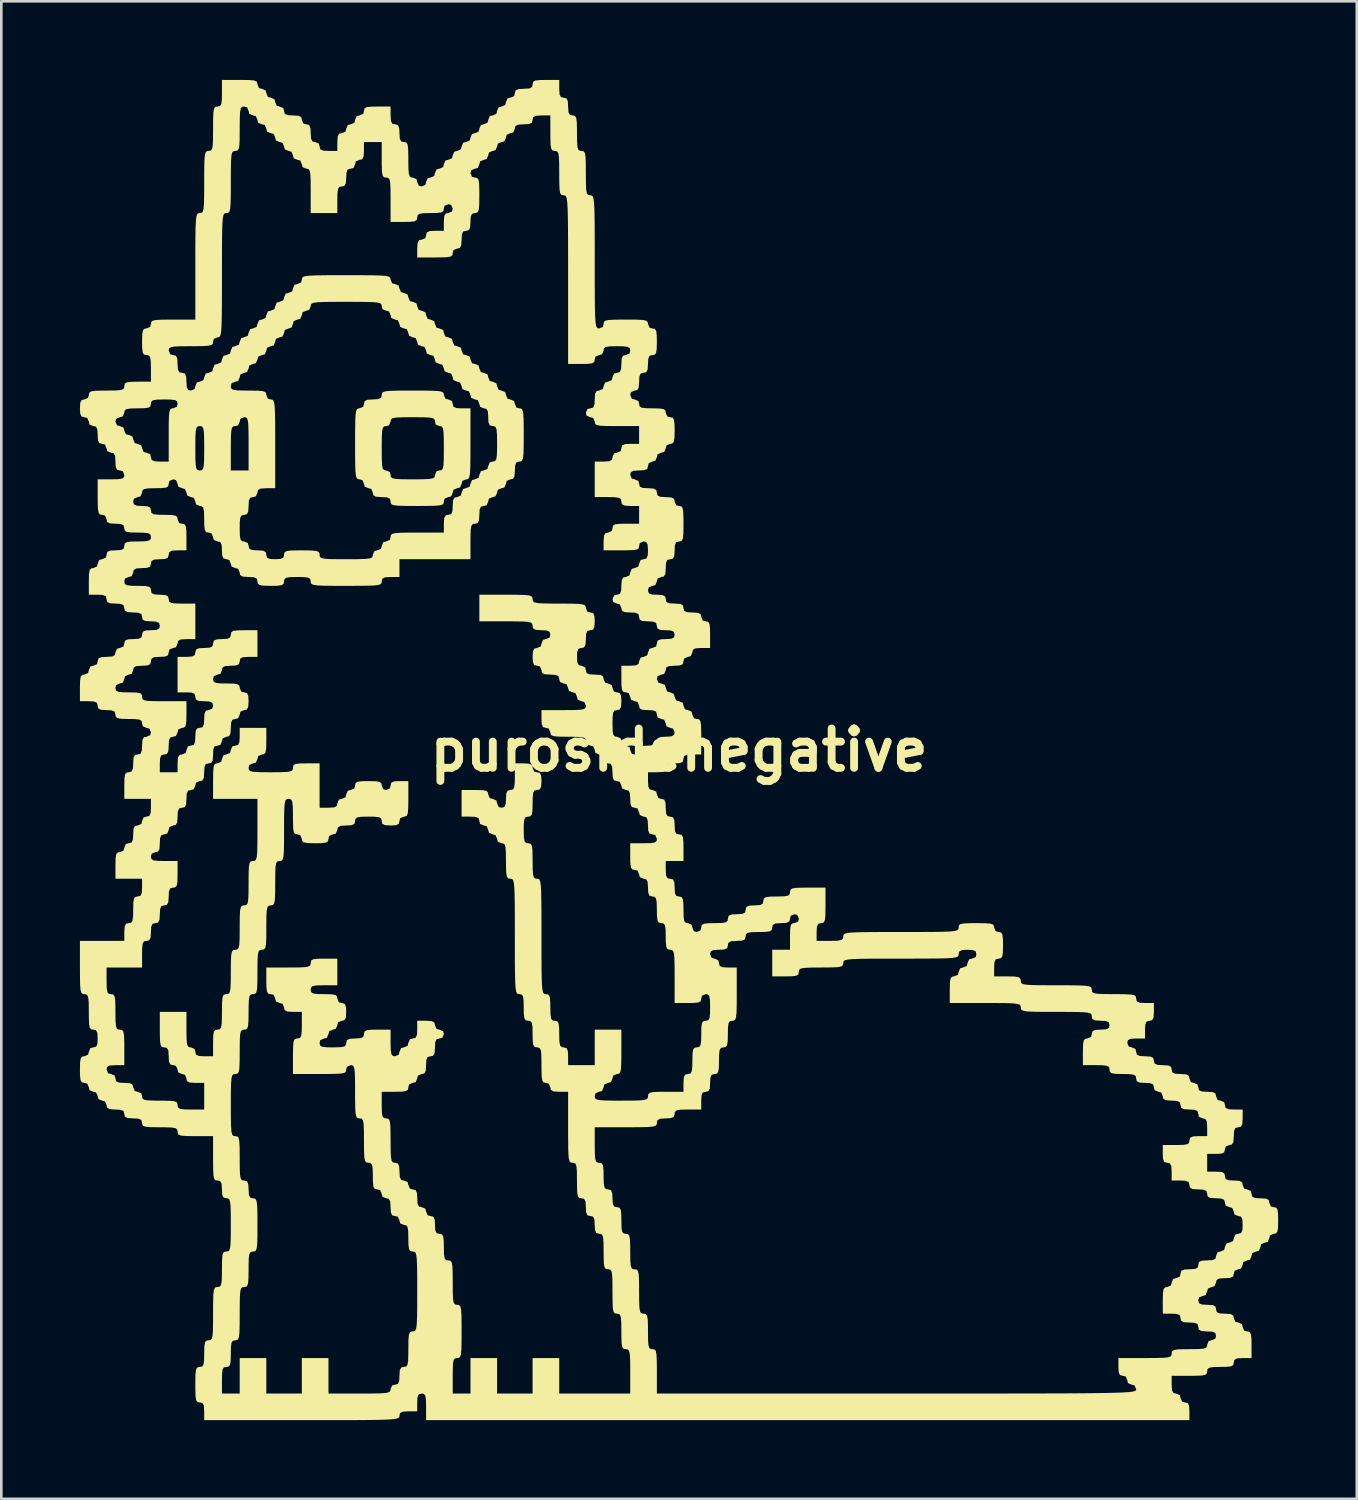
<source format=kicad_pcb>
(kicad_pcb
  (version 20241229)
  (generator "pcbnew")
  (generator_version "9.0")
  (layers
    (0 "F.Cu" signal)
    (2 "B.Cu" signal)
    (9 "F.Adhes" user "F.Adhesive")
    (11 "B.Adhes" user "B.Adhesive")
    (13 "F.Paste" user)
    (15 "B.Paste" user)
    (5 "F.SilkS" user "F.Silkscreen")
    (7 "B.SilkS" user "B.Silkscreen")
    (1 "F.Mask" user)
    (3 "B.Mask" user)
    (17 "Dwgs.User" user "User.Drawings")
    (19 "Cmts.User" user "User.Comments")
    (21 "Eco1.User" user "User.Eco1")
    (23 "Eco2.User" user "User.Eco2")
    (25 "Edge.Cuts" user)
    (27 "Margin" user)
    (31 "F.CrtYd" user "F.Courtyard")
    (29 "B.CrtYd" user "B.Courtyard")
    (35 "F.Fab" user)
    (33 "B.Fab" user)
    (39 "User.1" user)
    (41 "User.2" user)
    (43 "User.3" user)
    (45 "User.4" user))
  (footprint "purosidenegative"
    (layer "F.Cu")
    (at 22.86 25.569)
    (property "Reference" "purosidenegative" (at 0 0 0) (layer "F.SilkS") (effects (font (size 1.5 1.5) (thickness 0.3))))
    (attr board_only exclude_from_pos_files exclude_from_bom)
    (fp_poly (pts (xy -9.691 -13.715) (xy -9.365 -13.708) (xy -9.157 -13.694) (xy -9.04 -13.666) (xy -8.988 -13.623) (xy -8.975 -13.559) (xy -8.975 -13.547) (xy -8.915 -13.405) (xy -8.805 -13.377) (xy -8.664 -13.317) (xy -8.636 -13.208) (xy -8.608 -13.097) (xy -8.493 -13.048) (xy -8.297 -13.039) (xy -7.959 -13.039) (xy -7.959 -11.684) (xy -7.96 -11.177) (xy -7.965 -10.816) (xy -7.977 -10.575) (xy -7.999 -10.43) (xy -8.034 -10.357) (xy -8.086 -10.332) (xy -8.128 -10.329) (xy -8.27 -10.269) (xy -8.297 -10.16) (xy -8.357 -10.018) (xy -8.467 -9.991) (xy -8.608 -9.931) (xy -8.636 -9.821) (xy -8.696 -9.68) (xy -8.805 -9.652) (xy -8.947 -9.592) (xy -8.975 -9.483) (xy -8.985 -9.411) (xy -9.033 -9.363) (xy -9.149 -9.334) (xy -9.359 -9.319) (xy -9.692 -9.314) (xy -9.991 -9.313) (xy -10.42 -9.315) (xy -10.707 -9.323) (xy -10.882 -9.342) (xy -10.971 -9.377) (xy -11.003 -9.433) (xy -11.007 -9.483) (xy -11.035 -9.593) (xy -11.15 -9.642) (xy -11.345 -9.652) (xy -11.567 -9.666) (xy -11.665 -9.724) (xy -11.684 -9.821) (xy -11.744 -9.963) (xy -11.853 -9.991) (xy -11.995 -10.051) (xy -12.023 -10.16) (xy -12.083 -10.302) (xy -12.192 -10.329) (xy -12.255 -10.337) (xy -12.301 -10.377) (xy -12.331 -10.474) (xy -12.349 -10.651) (xy -12.358 -10.933) (xy -12.361 -11.345) (xy -12.361 -11.515) (xy -11.345 -11.515) (xy -11.343 -11.129) (xy -11.332 -10.883) (xy -11.306 -10.744) (xy -11.259 -10.683) (xy -11.185 -10.668) (xy -11.176 -10.668) (xy -11.034 -10.608) (xy -11.007 -10.499) (xy -10.995 -10.422) (xy -10.94 -10.372) (xy -10.81 -10.345) (xy -10.576 -10.332) (xy -10.205 -10.329) (xy -10.16 -10.329) (xy -9.775 -10.332) (xy -9.528 -10.343) (xy -9.389 -10.369) (xy -9.328 -10.416) (xy -9.313 -10.49) (xy -9.313 -10.499) (xy -9.253 -10.64) (xy -9.144 -10.668) (xy -9.067 -10.68) (xy -9.018 -10.735) (xy -8.99 -10.865) (xy -8.978 -11.099) (xy -8.975 -11.469) (xy -8.975 -11.515) (xy -8.977 -11.9) (xy -8.988 -12.147) (xy -9.014 -12.285) (xy -9.061 -12.347) (xy -9.135 -12.361) (xy -9.144 -12.361) (xy -9.286 -12.421) (xy -9.313 -12.531) (xy -9.325 -12.608) (xy -9.38 -12.657) (xy -9.51 -12.685) (xy -9.744 -12.697) (xy -10.115 -12.7) (xy -10.16 -12.7) (xy -10.545 -12.698) (xy -10.792 -12.687) (xy -10.931 -12.661) (xy -10.992 -12.614) (xy -11.007 -12.54) (xy -11.007 -12.531) (xy -11.067 -12.389) (xy -11.176 -12.361) (xy -11.253 -12.35) (xy -11.302 -12.294) (xy -11.33 -12.165) (xy -11.342 -11.93) (xy -11.345 -11.56) (xy -11.345 -11.515) (xy -12.361 -11.515) (xy -12.361 -11.684) (xy -12.36 -12.191) (xy -12.355 -12.552) (xy -12.343 -12.793) (xy -12.321 -12.938) (xy -12.286 -13.011) (xy -12.234 -13.036) (xy -12.192 -13.039) (xy -12.05 -13.099) (xy -12.023 -13.208) (xy -11.994 -13.319) (xy -11.879 -13.368) (xy -11.684 -13.377) (xy -11.462 -13.392) (xy -11.365 -13.449) (xy -11.345 -13.547) (xy -11.337 -13.614) (xy -11.293 -13.66) (xy -11.188 -13.69) (xy -10.996 -13.707) (xy -10.692 -13.714) (xy -10.248 -13.716) (xy -10.16 -13.716)) (stroke (width 0) (type solid)) (fill yes) (layer "F.SilkS"))
    (fp_poly (pts (xy -16.427 -25.566) (xy -16.224 -25.55) (xy -16.123 -25.512) (xy -16.089 -25.445) (xy -16.087 -25.4) (xy -16.027 -25.258) (xy -15.917 -25.231) (xy -15.776 -25.171) (xy -15.748 -25.061) (xy -15.688 -24.92) (xy -15.579 -24.892) (xy -15.437 -24.832) (xy -15.409 -24.723) (xy -15.349 -24.581) (xy -15.24 -24.553) (xy -15.098 -24.493) (xy -15.071 -24.384) (xy -15.042 -24.273) (xy -14.927 -24.224) (xy -14.732 -24.215) (xy -14.51 -24.2) (xy -14.413 -24.143) (xy -14.393 -24.045) (xy -14.333 -23.904) (xy -14.224 -23.876) (xy -14.113 -23.848) (xy -14.064 -23.733) (xy -14.055 -23.537) (xy -14.04 -23.316) (xy -13.983 -23.218) (xy -13.885 -23.199) (xy -13.744 -23.139) (xy -13.716 -23.029) (xy -13.688 -22.919) (xy -13.573 -22.87) (xy -13.377 -22.86) (xy -13.039 -22.86) (xy -13.039 -23.199) (xy -13.024 -23.42) (xy -12.967 -23.518) (xy -12.869 -23.537) (xy -12.728 -23.597) (xy -12.7 -23.707) (xy -12.64 -23.848) (xy -12.531 -23.876) (xy -12.389 -23.936) (xy -12.361 -24.045) (xy -12.301 -24.187) (xy -12.192 -24.215) (xy -12.05 -24.275) (xy -12.023 -24.384) (xy -12.004 -24.479) (xy -11.923 -24.53) (xy -11.74 -24.55) (xy -11.515 -24.553) (xy -11.007 -24.553) (xy -11.007 -24.215) (xy -10.992 -23.993) (xy -10.935 -23.895) (xy -10.837 -23.876) (xy -10.727 -23.848) (xy -10.678 -23.733) (xy -10.668 -23.537) (xy -10.654 -23.316) (xy -10.596 -23.218) (xy -10.499 -23.199) (xy -10.414 -23.185) (xy -10.364 -23.119) (xy -10.338 -22.969) (xy -10.33 -22.7) (xy -10.329 -22.521) (xy -10.326 -22.184) (xy -10.31 -21.982) (xy -10.272 -21.88) (xy -10.205 -21.846) (xy -10.16 -21.844) (xy -10.018 -21.784) (xy -9.991 -21.675) (xy -9.931 -21.533) (xy -9.821 -21.505) (xy -9.68 -21.565) (xy -9.652 -21.675) (xy -9.592 -21.816) (xy -9.483 -21.844) (xy -9.341 -21.904) (xy -9.313 -22.013) (xy -9.253 -22.155) (xy -9.144 -22.183) (xy -9.002 -22.243) (xy -8.975 -22.352) (xy -8.915 -22.494) (xy -8.805 -22.521) (xy -8.664 -22.581) (xy -8.636 -22.691) (xy -8.576 -22.832) (xy -8.467 -22.86) (xy -8.325 -22.92) (xy -8.297 -23.029) (xy -8.237 -23.171) (xy -8.128 -23.199) (xy -7.986 -23.259) (xy -7.959 -23.368) (xy -7.899 -23.51) (xy -7.789 -23.537) (xy -7.648 -23.597) (xy -7.62 -23.707) (xy -7.56 -23.848) (xy -7.451 -23.876) (xy -7.309 -23.936) (xy -7.281 -24.045) (xy -7.221 -24.187) (xy -7.112 -24.215) (xy -6.97 -24.275) (xy -6.943 -24.384) (xy -6.883 -24.526) (xy -6.773 -24.553) (xy -6.632 -24.613) (xy -6.604 -24.723) (xy -6.544 -24.864) (xy -6.435 -24.892) (xy -6.293 -24.952) (xy -6.265 -25.061) (xy -6.237 -25.172) (xy -6.122 -25.221) (xy -5.927 -25.231) (xy -5.705 -25.245) (xy -5.607 -25.302) (xy -5.588 -25.4) (xy -5.569 -25.495) (xy -5.488 -25.546) (xy -5.305 -25.566) (xy -5.08 -25.569) (xy -4.572 -25.569) (xy -4.572 -25.231) (xy -4.558 -25.009) (xy -4.5 -24.911) (xy -4.403 -24.892) (xy -4.292 -24.864) (xy -4.243 -24.749) (xy -4.233 -24.553) (xy -4.219 -24.332) (xy -4.162 -24.234) (xy -4.064 -24.215) (xy -3.98 -24.201) (xy -3.929 -24.135) (xy -3.904 -23.985) (xy -3.895 -23.716) (xy -3.895 -23.537) (xy -3.891 -23.2) (xy -3.875 -22.998) (xy -3.837 -22.896) (xy -3.77 -22.862) (xy -3.725 -22.86) (xy -3.648 -22.848) (xy -3.599 -22.793) (xy -3.571 -22.663) (xy -3.559 -22.429) (xy -3.556 -22.059) (xy -3.556 -22.013) (xy -3.554 -21.628) (xy -3.543 -21.381) (xy -3.517 -21.243) (xy -3.47 -21.181) (xy -3.396 -21.167) (xy -3.387 -21.167) (xy -3.339 -21.162) (xy -3.301 -21.135) (xy -3.271 -21.069) (xy -3.25 -20.945) (xy -3.235 -20.746) (xy -3.226 -20.454) (xy -3.22 -20.051) (xy -3.218 -19.519) (xy -3.217 -18.84) (xy -3.217 -18.627) (xy -3.217 -17.905) (xy -3.215 -17.335) (xy -3.211 -16.898) (xy -3.203 -16.577) (xy -3.189 -16.355) (xy -3.17 -16.212) (xy -3.143 -16.132) (xy -3.107 -16.096) (xy -3.062 -16.087) (xy -3.048 -16.087) (xy -2.906 -16.147) (xy -2.879 -16.256) (xy -2.867 -16.333) (xy -2.812 -16.382) (xy -2.682 -16.41) (xy -2.448 -16.422) (xy -2.077 -16.425) (xy -2.032 -16.425) (xy -1.647 -16.423) (xy -1.4 -16.412) (xy -1.261 -16.386) (xy -1.2 -16.339) (xy -1.185 -16.265) (xy -1.185 -16.256) (xy -1.125 -16.114) (xy -1.016 -16.087) (xy -0.921 -16.068) (xy -0.87 -15.987) (xy -0.85 -15.804) (xy -0.847 -15.579) (xy -0.853 -15.295) (xy -0.88 -15.142) (xy -0.941 -15.08) (xy -1.016 -15.071) (xy -1.127 -15.042) (xy -1.176 -14.927) (xy -1.185 -14.732) (xy -1.2 -14.51) (xy -1.257 -14.413) (xy -1.355 -14.393) (xy -1.465 -14.365) (xy -1.514 -14.25) (xy -1.524 -14.055) (xy -1.538 -13.833) (xy -1.596 -13.735) (xy -1.693 -13.716) (xy -1.835 -13.656) (xy -1.863 -13.547) (xy -1.803 -13.405) (xy -1.693 -13.377) (xy -1.552 -13.317) (xy -1.524 -13.208) (xy -1.505 -13.113) (xy -1.424 -13.062) (xy -1.241 -13.042) (xy -1.016 -13.039) (xy -0.732 -13.032) (xy -0.579 -13.005) (xy -0.517 -12.944) (xy -0.508 -12.869) (xy -0.448 -12.728) (xy -0.339 -12.7) (xy -0.244 -12.681) (xy -0.193 -12.6) (xy -0.172 -12.417) (xy -0.169 -12.192) (xy -0.176 -11.908) (xy -0.203 -11.755) (xy -0.264 -11.693) (xy -0.339 -11.684) (xy -0.48 -11.624) (xy -0.508 -11.515) (xy -0.568 -11.373) (xy -0.677 -11.345) (xy -0.819 -11.285) (xy -0.847 -11.176) (xy -0.907 -11.034) (xy -1.016 -11.007) (xy -1.158 -10.947) (xy -1.185 -10.837) (xy -1.214 -10.727) (xy -1.329 -10.678) (xy -1.524 -10.668) (xy -1.746 -10.654) (xy -1.843 -10.596) (xy -1.863 -10.499) (xy -1.803 -10.357) (xy -1.693 -10.329) (xy -1.552 -10.269) (xy -1.524 -10.16) (xy -1.496 -10.049) (xy -1.381 -10) (xy -1.185 -9.991) (xy -0.964 -9.976) (xy -0.866 -9.919) (xy -0.847 -9.821) (xy -0.818 -9.711) (xy -0.703 -9.662) (xy -0.508 -9.652) (xy -0.286 -9.638) (xy -0.189 -9.58) (xy -0.169 -9.483) (xy -0.109 -9.341) (xy 0 -9.313) (xy 0.084 -9.299) (xy 0.135 -9.234) (xy 0.16 -9.084) (xy 0.169 -8.815) (xy 0.169 -8.636) (xy 0.166 -8.299) (xy 0.15 -8.096) (xy 0.112 -7.995) (xy 0.045 -7.961) (xy 0 -7.959) (xy -0.111 -7.93) (xy -0.16 -7.815) (xy -0.169 -7.62) (xy -0.184 -7.398) (xy -0.241 -7.301) (xy -0.339 -7.281) (xy -0.449 -7.253) (xy -0.498 -7.138) (xy -0.508 -6.943) (xy -0.522 -6.721) (xy -0.58 -6.623) (xy -0.677 -6.604) (xy -0.819 -6.544) (xy -0.847 -6.435) (xy -0.907 -6.293) (xy -1.016 -6.265) (xy -1.158 -6.205) (xy -1.185 -6.096) (xy -1.157 -5.985) (xy -1.042 -5.936) (xy -0.847 -5.927) (xy -0.625 -5.912) (xy -0.527 -5.855) (xy -0.508 -5.757) (xy -0.48 -5.647) (xy -0.365 -5.598) (xy -0.169 -5.588) (xy 0.052 -5.574) (xy 0.15 -5.516) (xy 0.169 -5.419) (xy 0.198 -5.308) (xy 0.313 -5.259) (xy 0.508 -5.249) (xy 0.73 -5.235) (xy 0.827 -5.178) (xy 0.847 -5.08) (xy 0.907 -4.938) (xy 1.016 -4.911) (xy 1.111 -4.892) (xy 1.162 -4.811) (xy 1.182 -4.628) (xy 1.185 -4.403) (xy 1.185 -3.895) (xy 0.847 -3.895) (xy 0.625 -3.88) (xy 0.527 -3.823) (xy 0.508 -3.725) (xy 0.448 -3.584) (xy 0.339 -3.556) (xy 0.197 -3.496) (xy 0.169 -3.387) (xy 0.141 -3.276) (xy 0.026 -3.227) (xy -0.169 -3.217) (xy -0.391 -3.203) (xy -0.489 -3.146) (xy -0.508 -3.048) (xy -0.568 -2.906) (xy -0.677 -2.879) (xy -0.819 -2.819) (xy -0.847 -2.709) (xy -0.787 -2.568) (xy -0.677 -2.54) (xy -0.536 -2.48) (xy -0.508 -2.371) (xy -0.448 -2.229) (xy -0.339 -2.201) (xy -0.197 -2.141) (xy -0.169 -2.032) (xy -0.109 -1.89) (xy 0 -1.863) (xy 0.142 -1.803) (xy 0.169 -1.693) (xy 0.229 -1.552) (xy 0.339 -1.524) (xy 0.48 -1.464) (xy 0.508 -1.355) (xy 0.568 -1.213) (xy 0.677 -1.185) (xy 0.762 -1.171) (xy 0.812 -1.106) (xy 0.838 -0.956) (xy 0.846 -0.687) (xy 0.847 -0.508) (xy 0.847 0.169) (xy 0.508 0.169) (xy 0.286 0.184) (xy 0.189 0.241) (xy 0.169 0.339) (xy 0.141 0.449) (xy 0.026 0.498) (xy -0.169 0.508) (xy -0.391 0.522) (xy -0.489 0.58) (xy -0.508 0.677) (xy -0.536 0.788) (xy -0.651 0.837) (xy -0.847 0.847) (xy -1.185 0.847) (xy -1.185 1.185) (xy -1.171 1.407) (xy -1.114 1.505) (xy -1.016 1.524) (xy -0.874 1.584) (xy -0.847 1.693) (xy -0.787 1.835) (xy -0.677 1.863) (xy -0.567 1.891) (xy -0.518 2.006) (xy -0.508 2.201) (xy -0.494 2.423) (xy -0.436 2.521) (xy -0.339 2.54) (xy -0.228 2.568) (xy -0.179 2.683) (xy -0.169 2.879) (xy -0.155 3.1) (xy -0.098 3.198) (xy 0 3.217) (xy 0.095 3.236) (xy 0.146 3.317) (xy 0.166 3.5) (xy 0.169 3.725) (xy 0.169 4.233) (xy -0.169 4.233) (xy -0.508 4.233) (xy -0.508 4.572) (xy -0.494 4.794) (xy -0.436 4.891) (xy -0.339 4.911) (xy -0.228 4.939) (xy -0.179 5.054) (xy -0.169 5.249) (xy -0.155 5.471) (xy -0.098 5.569) (xy 0 5.588) (xy 0.095 5.607) (xy 0.146 5.688) (xy 0.166 5.871) (xy 0.169 6.096) (xy 0.176 6.38) (xy 0.203 6.533) (xy 0.264 6.595) (xy 0.339 6.604) (xy 0.48 6.664) (xy 0.508 6.773) (xy 0.568 6.915) (xy 0.677 6.943) (xy 0.819 6.883) (xy 0.847 6.773) (xy 0.865 6.679) (xy 0.947 6.628) (xy 1.13 6.607) (xy 1.355 6.604) (xy 1.638 6.598) (xy 1.792 6.571) (xy 1.853 6.51) (xy 1.863 6.435) (xy 1.891 6.324) (xy 2.006 6.275) (xy 2.201 6.265) (xy 2.423 6.251) (xy 2.521 6.194) (xy 2.54 6.096) (xy 2.568 5.985) (xy 2.683 5.936) (xy 2.879 5.927) (xy 3.1 5.912) (xy 3.198 5.855) (xy 3.217 5.757) (xy 3.236 5.663) (xy 3.317 5.612) (xy 3.5 5.591) (xy 3.725 5.588) (xy 4.009 5.582) (xy 4.162 5.555) (xy 4.224 5.494) (xy 4.233 5.419) (xy 4.247 5.334) (xy 4.313 5.284) (xy 4.463 5.258) (xy 4.732 5.25) (xy 4.911 5.249) (xy 5.588 5.249) (xy 5.588 5.927) (xy 5.584 6.264) (xy 5.568 6.466) (xy 5.531 6.568) (xy 5.463 6.602) (xy 5.419 6.604) (xy 5.308 6.632) (xy 5.259 6.747) (xy 5.249 6.943) (xy 5.249 7.281) (xy 5.757 7.281) (xy 6.041 7.275) (xy 6.194 7.248) (xy 6.256 7.187) (xy 6.265 7.112) (xy 6.271 7.061) (xy 6.3 7.021) (xy 6.372 6.991) (xy 6.506 6.97) (xy 6.722 6.956) (xy 7.037 6.948) (xy 7.472 6.944) (xy 8.046 6.943) (xy 8.467 6.943) (xy 9.133 6.942) (xy 9.65 6.94) (xy 10.035 6.934) (xy 10.308 6.924) (xy 10.489 6.908) (xy 10.596 6.883) (xy 10.649 6.85) (xy 10.666 6.806) (xy 10.668 6.773) (xy 10.682 6.689) (xy 10.747 6.638) (xy 10.897 6.613) (xy 11.167 6.605) (xy 11.345 6.604) (xy 11.683 6.608) (xy 11.885 6.624) (xy 11.986 6.661) (xy 12.02 6.729) (xy 12.023 6.773) (xy 12.083 6.915) (xy 12.192 6.943) (xy 12.287 6.961) (xy 12.338 7.043) (xy 12.358 7.226) (xy 12.361 7.451) (xy 12.355 7.734) (xy 12.328 7.888) (xy 12.267 7.949) (xy 12.192 7.959) (xy 12.081 7.987) (xy 12.032 8.102) (xy 12.023 8.297) (xy 12.023 8.636) (xy 12.531 8.636) (xy 12.814 8.642) (xy 12.968 8.669) (xy 13.029 8.73) (xy 13.039 8.805) (xy 13.047 8.869) (xy 13.087 8.914) (xy 13.183 8.944) (xy 13.36 8.962) (xy 13.643 8.971) (xy 14.054 8.974) (xy 14.393 8.975) (xy 14.9 8.976) (xy 15.261 8.981) (xy 15.502 8.993) (xy 15.647 9.015) (xy 15.72 9.05) (xy 15.745 9.102) (xy 15.748 9.144) (xy 15.76 9.221) (xy 15.815 9.27) (xy 15.945 9.298) (xy 16.179 9.31) (xy 16.549 9.313) (xy 16.595 9.313) (xy 16.98 9.316) (xy 17.227 9.327) (xy 17.365 9.353) (xy 17.427 9.4) (xy 17.441 9.474) (xy 17.441 9.483) (xy 17.47 9.593) (xy 17.585 9.642) (xy 17.78 9.652) (xy 18.119 9.652) (xy 18.119 9.991) (xy 18.104 10.212) (xy 18.047 10.31) (xy 17.949 10.329) (xy 17.839 10.358) (xy 17.79 10.473) (xy 17.78 10.668) (xy 17.78 11.007) (xy 17.441 11.007) (xy 17.22 11.021) (xy 17.122 11.078) (xy 17.103 11.176) (xy 17.163 11.318) (xy 17.272 11.345) (xy 17.414 11.405) (xy 17.441 11.515) (xy 17.47 11.625) (xy 17.585 11.674) (xy 17.78 11.684) (xy 18.002 11.698) (xy 18.099 11.756) (xy 18.119 11.853) (xy 18.147 11.964) (xy 18.262 12.013) (xy 18.457 12.023) (xy 18.679 12.037) (xy 18.777 12.094) (xy 18.796 12.192) (xy 18.824 12.303) (xy 18.939 12.352) (xy 19.135 12.361) (xy 19.356 12.376) (xy 19.454 12.433) (xy 19.473 12.531) (xy 19.533 12.672) (xy 19.643 12.7) (xy 19.784 12.76) (xy 19.812 12.869) (xy 19.84 12.98) (xy 19.955 13.029) (xy 20.151 13.039) (xy 20.372 13.053) (xy 20.47 13.11) (xy 20.489 13.208) (xy 20.549 13.35) (xy 20.659 13.377) (xy 20.8 13.437) (xy 20.828 13.547) (xy 20.856 13.657) (xy 20.971 13.706) (xy 21.167 13.716) (xy 21.505 13.716) (xy 21.505 14.055) (xy 21.491 14.276) (xy 21.434 14.374) (xy 21.336 14.393) (xy 21.225 14.422) (xy 21.176 14.537) (xy 21.167 14.732) (xy 21.152 14.954) (xy 21.095 15.051) (xy 20.997 15.071) (xy 20.856 15.131) (xy 20.828 15.24) (xy 20.8 15.351) (xy 20.685 15.4) (xy 20.489 15.409) (xy 20.151 15.409) (xy 20.151 15.748) (xy 20.151 16.087) (xy 20.489 16.087) (xy 20.711 16.101) (xy 20.809 16.158) (xy 20.828 16.256) (xy 20.856 16.367) (xy 20.971 16.416) (xy 21.167 16.425) (xy 21.388 16.44) (xy 21.486 16.497) (xy 21.505 16.595) (xy 21.565 16.736) (xy 21.675 16.764) (xy 21.816 16.824) (xy 21.844 16.933) (xy 21.872 17.044) (xy 21.987 17.093) (xy 22.183 17.103) (xy 22.404 17.117) (xy 22.502 17.174) (xy 22.521 17.272) (xy 22.581 17.414) (xy 22.691 17.441) (xy 22.785 17.46) (xy 22.836 17.541) (xy 22.857 17.724) (xy 22.86 17.949) (xy 22.854 18.233) (xy 22.827 18.386) (xy 22.766 18.448) (xy 22.691 18.457) (xy 22.549 18.517) (xy 22.521 18.627) (xy 22.461 18.768) (xy 22.352 18.796) (xy 22.21 18.856) (xy 22.183 18.965) (xy 22.123 19.107) (xy 22.013 19.135) (xy 21.872 19.195) (xy 21.844 19.304) (xy 21.784 19.446) (xy 21.675 19.473) (xy 21.533 19.533) (xy 21.505 19.643) (xy 21.445 19.784) (xy 21.336 19.812) (xy 21.194 19.872) (xy 21.167 19.981) (xy 21.138 20.092) (xy 21.023 20.141) (xy 20.828 20.151) (xy 20.606 20.165) (xy 20.509 20.222) (xy 20.489 20.32) (xy 20.429 20.462) (xy 20.32 20.489) (xy 20.178 20.549) (xy 20.151 20.659) (xy 20.091 20.8) (xy 19.981 20.828) (xy 19.84 20.888) (xy 19.812 20.997) (xy 19.84 21.108) (xy 19.955 21.157) (xy 20.151 21.167) (xy 20.372 21.181) (xy 20.47 21.238) (xy 20.489 21.336) (xy 20.518 21.447) (xy 20.633 21.496) (xy 20.828 21.505) (xy 21.05 21.52) (xy 21.147 21.577) (xy 21.167 21.675) (xy 21.227 21.816) (xy 21.336 21.844) (xy 21.478 21.904) (xy 21.505 22.013) (xy 21.565 22.155) (xy 21.675 22.183) (xy 21.769 22.201) (xy 21.82 22.283) (xy 21.841 22.466) (xy 21.844 22.691) (xy 21.844 23.199) (xy 21.505 23.199) (xy 21.284 23.213) (xy 21.186 23.27) (xy 21.167 23.368) (xy 21.148 23.463) (xy 21.067 23.514) (xy 20.884 23.534) (xy 20.659 23.537) (xy 20.375 23.544) (xy 20.222 23.571) (xy 20.16 23.632) (xy 20.151 23.707) (xy 20.137 23.791) (xy 20.071 23.842) (xy 19.921 23.867) (xy 19.652 23.875) (xy 19.473 23.876) (xy 18.796 23.876) (xy 18.796 24.215) (xy 18.81 24.436) (xy 18.868 24.534) (xy 18.965 24.553) (xy 19.107 24.613) (xy 19.135 24.723) (xy 19.195 24.864) (xy 19.304 24.892) (xy 19.415 24.92) (xy 19.464 25.035) (xy 19.473 25.231) (xy 19.473 25.569) (xy 4.911 25.569) (xy -9.652 25.569) (xy -9.652 25.061) (xy -9.658 24.778) (xy -9.685 24.624) (xy -9.746 24.563) (xy -9.821 24.553) (xy -9.932 24.582) (xy -9.981 24.697) (xy -9.991 24.892) (xy -9.991 25.231) (xy -10.329 25.231) (xy -10.551 25.245) (xy -10.649 25.302) (xy -10.668 25.4) (xy -10.672 25.44) (xy -10.693 25.474) (xy -10.746 25.501) (xy -10.846 25.522) (xy -11.008 25.539) (xy -11.246 25.551) (xy -11.575 25.559) (xy -12.01 25.565) (xy -12.565 25.568) (xy -13.256 25.569) (xy -14.096 25.569) (xy -14.393 25.569) (xy -18.119 25.569) (xy -18.119 25.231) (xy -18.133 25.009) (xy -18.19 24.911) (xy -18.288 24.892) (xy -18.372 24.878) (xy -18.423 24.813) (xy -18.448 24.663) (xy -18.457 24.393) (xy -18.457 24.215) (xy -18.454 23.877) (xy -18.438 23.675) (xy -18.4 23.574) (xy -18.333 23.54) (xy -18.288 23.537) (xy -18.193 23.519) (xy -18.142 23.437) (xy -18.122 23.254) (xy -18.119 23.029) (xy -18.112 22.746) (xy -18.085 22.592) (xy -18.024 22.531) (xy -17.949 22.521) (xy -17.878 22.511) (xy -17.83 22.463) (xy -17.801 22.347) (xy -17.786 22.137) (xy -17.781 21.804) (xy -17.78 21.505) (xy -17.778 21.076) (xy -17.77 20.789) (xy -17.751 20.614) (xy -17.716 20.525) (xy -17.661 20.493) (xy -17.611 20.489) (xy -17.526 20.475) (xy -17.476 20.41) (xy -17.45 20.26) (xy -17.442 19.991) (xy -17.441 19.812) (xy -17.438 19.475) (xy -17.422 19.272) (xy -17.384 19.171) (xy -17.317 19.137) (xy -17.272 19.135) (xy -17.201 19.125) (xy -17.153 19.076) (xy -17.124 18.961) (xy -17.109 18.751) (xy -17.103 18.418) (xy -17.103 18.119) (xy -17.104 17.69) (xy -17.112 17.402) (xy -17.132 17.228) (xy -17.167 17.138) (xy -17.222 17.106) (xy -17.272 17.103) (xy -17.383 17.074) (xy -17.432 16.959) (xy -17.441 16.764) (xy -17.456 16.542) (xy -17.513 16.445) (xy -17.611 16.425) (xy -17.688 16.414) (xy -17.737 16.358) (xy -17.765 16.229) (xy -17.777 15.994) (xy -17.78 15.624) (xy -17.78 15.579) (xy -17.78 14.732) (xy -18.457 14.732) (xy -18.795 14.728) (xy -18.997 14.712) (xy -19.098 14.675) (xy -19.132 14.607) (xy -19.135 14.563) (xy -19.149 14.478) (xy -19.214 14.428) (xy -19.364 14.402) (xy -19.633 14.394) (xy -19.812 14.393) (xy -20.149 14.39) (xy -20.352 14.374) (xy -20.453 14.336) (xy -20.487 14.269) (xy -20.489 14.224) (xy -20.518 14.113) (xy -20.633 14.064) (xy -20.828 14.055) (xy -21.05 14.04) (xy -21.147 13.983) (xy -21.167 13.885) (xy -21.195 13.775) (xy -21.31 13.726) (xy -21.505 13.716) (xy -21.727 13.702) (xy -21.825 13.644) (xy -21.844 13.547) (xy -21.904 13.405) (xy -22.013 13.377) (xy -22.155 13.317) (xy -22.183 13.208) (xy -22.243 13.066) (xy -22.352 13.039) (xy -22.494 12.979) (xy -22.521 12.869) (xy -22.581 12.728) (xy -22.691 12.7) (xy -22.785 12.681) (xy -22.836 12.6) (xy -22.857 12.417) (xy -22.86 12.192) (xy -21.844 12.192) (xy -21.784 12.334) (xy -21.675 12.361) (xy -21.533 12.421) (xy -21.505 12.531) (xy -21.477 12.641) (xy -21.362 12.69) (xy -21.167 12.7) (xy -20.945 12.714) (xy -20.847 12.772) (xy -20.828 12.869) (xy -20.768 13.011) (xy -20.659 13.039) (xy -20.517 13.099) (xy -20.489 13.208) (xy -20.475 13.292) (xy -20.41 13.343) (xy -20.26 13.368) (xy -19.991 13.377) (xy -19.812 13.377) (xy -19.475 13.381) (xy -19.272 13.397) (xy -19.171 13.435) (xy -19.137 13.502) (xy -19.135 13.547) (xy -19.116 13.641) (xy -19.035 13.692) (xy -18.852 13.713) (xy -18.627 13.716) (xy -18.119 13.716) (xy -18.119 13.208) (xy -18.119 12.7) (xy -18.457 12.7) (xy -18.679 12.686) (xy -18.777 12.628) (xy -18.796 12.531) (xy -18.856 12.389) (xy -18.965 12.361) (xy -19.107 12.301) (xy -19.135 12.192) (xy -19.195 12.05) (xy -19.304 12.023) (xy -19.415 11.994) (xy -19.464 11.879) (xy -19.473 11.684) (xy -19.488 11.462) (xy -19.545 11.365) (xy -19.643 11.345) (xy -19.727 11.331) (xy -19.778 11.266) (xy -19.803 11.116) (xy -19.811 10.847) (xy -19.812 10.668) (xy -19.812 9.991) (xy -19.304 9.991) (xy -18.796 9.991) (xy -18.796 10.668) (xy -18.792 11.005) (xy -18.776 11.208) (xy -18.739 11.309) (xy -18.671 11.343) (xy -18.627 11.345) (xy -18.485 11.405) (xy -18.457 11.515) (xy -18.429 11.625) (xy -18.314 11.674) (xy -18.119 11.684) (xy -17.78 11.684) (xy -17.78 11.176) (xy -17.774 10.892) (xy -17.747 10.739) (xy -17.686 10.677) (xy -17.611 10.668) (xy -17.526 10.654) (xy -17.476 10.589) (xy -17.45 10.439) (xy -17.442 10.169) (xy -17.441 9.991) (xy -17.438 9.653) (xy -17.422 9.451) (xy -17.384 9.35) (xy -17.317 9.316) (xy -17.272 9.313) (xy -17.195 9.302) (xy -17.146 9.246) (xy -17.118 9.117) (xy -17.106 8.882) (xy -17.103 8.512) (xy -17.103 8.467) (xy -17.1 8.081) (xy -17.089 7.835) (xy -17.063 7.696) (xy -17.016 7.635) (xy -16.942 7.62) (xy -16.933 7.62) (xy -16.856 7.608) (xy -16.807 7.553) (xy -16.779 7.423) (xy -16.767 7.189) (xy -16.764 6.819) (xy -16.764 6.773) (xy -16.762 6.388) (xy -16.751 6.141) (xy -16.725 6.003) (xy -16.678 5.941) (xy -16.604 5.927) (xy -16.595 5.927) (xy -16.518 5.915) (xy -16.468 5.86) (xy -16.441 5.73) (xy -16.428 5.496) (xy -16.425 5.125) (xy -16.425 5.08) (xy -16.423 4.695) (xy -16.412 4.448) (xy -16.386 4.309) (xy -16.339 4.248) (xy -16.265 4.233) (xy -16.256 4.233) (xy -16.189 4.225) (xy -16.142 4.181) (xy -16.113 4.076) (xy -16.096 3.884) (xy -16.089 3.58) (xy -16.087 3.136) (xy -16.087 3.048) (xy -16.087 1.863) (xy -16.933 1.863) (xy -17.78 1.863) (xy -17.78 1.185) (xy -17.776 0.848) (xy -17.76 0.646) (xy -17.723 0.544) (xy -17.655 0.51) (xy -17.611 0.508) (xy -17.469 0.448) (xy -17.441 0.339) (xy -17.381 0.197) (xy -17.272 0.169) (xy -17.13 0.109) (xy -17.103 0) (xy -17.043 -0.142) (xy -16.933 -0.169) (xy -16.823 -0.198) (xy -16.774 -0.313) (xy -16.764 -0.508) (xy -16.764 -0.847) (xy -16.256 -0.847) (xy -15.748 -0.847) (xy -15.748 -0.339) (xy -15.754 -0.055) (xy -15.781 0.098) (xy -15.842 0.16) (xy -15.917 0.169) (xy -16.059 0.229) (xy -16.087 0.339) (xy -16.147 0.48) (xy -16.256 0.508) (xy -16.398 0.568) (xy -16.425 0.677) (xy -16.414 0.754) (xy -16.358 0.804) (xy -16.229 0.831) (xy -15.994 0.844) (xy -15.624 0.847) (xy -15.579 0.847) (xy -15.193 0.844) (xy -14.947 0.833) (xy -14.808 0.807) (xy -14.747 0.76) (xy -14.732 0.686) (xy -14.732 0.677) (xy -14.713 0.583) (xy -14.632 0.532) (xy -14.449 0.511) (xy -14.224 0.508) (xy -13.716 0.508) (xy -13.716 1.355) (xy -13.716 2.201) (xy -13.377 2.201) (xy -13.156 2.187) (xy -13.058 2.13) (xy -13.039 2.032) (xy -12.979 1.89) (xy -12.869 1.863) (xy -12.728 1.803) (xy -12.7 1.693) (xy -12.64 1.552) (xy -12.531 1.524) (xy -12.389 1.464) (xy -12.361 1.355) (xy -12.343 1.26) (xy -12.261 1.209) (xy -12.078 1.188) (xy -11.853 1.185) (xy -11.57 1.192) (xy -11.416 1.219) (xy -11.355 1.28) (xy -11.345 1.355) (xy -11.285 1.496) (xy -11.176 1.524) (xy -11.034 1.464) (xy -11.007 1.355) (xy -10.978 1.244) (xy -10.863 1.195) (xy -10.668 1.185) (xy -10.329 1.185) (xy -10.329 1.863) (xy -10.333 2.2) (xy -10.349 2.402) (xy -10.387 2.504) (xy -10.454 2.538) (xy -10.499 2.54) (xy -10.64 2.6) (xy -10.668 2.709) (xy -10.696 2.82) (xy -10.811 2.869) (xy -11.007 2.879) (xy -11.228 2.864) (xy -11.326 2.807) (xy -11.345 2.709) (xy -11.364 2.615) (xy -11.445 2.564) (xy -11.628 2.543) (xy -11.853 2.54) (xy -12.137 2.546) (xy -12.29 2.573) (xy -12.352 2.634) (xy -12.361 2.709) (xy -12.39 2.82) (xy -12.505 2.869) (xy -12.7 2.879) (xy -12.922 2.893) (xy -13.019 2.95) (xy -13.039 3.048) (xy -13.099 3.19) (xy -13.208 3.217) (xy -13.35 3.277) (xy -13.377 3.387) (xy -13.396 3.481) (xy -13.477 3.532) (xy -13.66 3.553) (xy -13.885 3.556) (xy -14.169 3.55) (xy -14.322 3.523) (xy -14.384 3.462) (xy -14.393 3.387) (xy -14.453 3.245) (xy -14.563 3.217) (xy -14.647 3.203) (xy -14.698 3.138) (xy -14.723 2.988) (xy -14.731 2.719) (xy -14.732 2.54) (xy -14.736 2.203) (xy -14.752 2) (xy -14.789 1.899) (xy -14.857 1.865) (xy -14.901 1.863) (xy -14.968 1.871) (xy -15.015 1.915) (xy -15.045 2.02) (xy -15.061 2.212) (xy -15.069 2.516) (xy -15.071 2.96) (xy -15.071 3.048) (xy -15.072 3.517) (xy -15.078 3.843) (xy -15.093 4.051) (xy -15.121 4.168) (xy -15.164 4.22) (xy -15.227 4.233) (xy -15.24 4.233) (xy -15.317 4.245) (xy -15.366 4.3) (xy -15.394 4.43) (xy -15.406 4.664) (xy -15.409 5.035) (xy -15.409 5.08) (xy -15.412 5.465) (xy -15.423 5.712) (xy -15.449 5.851) (xy -15.496 5.912) (xy -15.57 5.927) (xy -15.579 5.927) (xy -15.656 5.938) (xy -15.705 5.994) (xy -15.733 6.123) (xy -15.745 6.358) (xy -15.748 6.728) (xy -15.748 6.773) (xy -15.75 7.159) (xy -15.761 7.405) (xy -15.787 7.544) (xy -15.834 7.605) (xy -15.908 7.62) (xy -15.917 7.62) (xy -15.994 7.632) (xy -16.044 7.687) (xy -16.071 7.817) (xy -16.084 8.051) (xy -16.087 8.421) (xy -16.087 8.467) (xy -16.089 8.852) (xy -16.1 9.099) (xy -16.126 9.237) (xy -16.173 9.299) (xy -16.247 9.313) (xy -16.256 9.313) (xy -16.34 9.327) (xy -16.391 9.393) (xy -16.416 9.543) (xy -16.425 9.812) (xy -16.425 9.991) (xy -16.429 10.328) (xy -16.445 10.53) (xy -16.483 10.632) (xy -16.55 10.666) (xy -16.595 10.668) (xy -16.672 10.68) (xy -16.721 10.735) (xy -16.749 10.865) (xy -16.761 11.099) (xy -16.764 11.469) (xy -16.764 11.515) (xy -16.766 11.9) (xy -16.777 12.147) (xy -16.803 12.285) (xy -16.85 12.347) (xy -16.924 12.361) (xy -16.933 12.361) (xy -17 12.37) (xy -17.047 12.414) (xy -17.077 12.519) (xy -17.093 12.71) (xy -17.101 13.015) (xy -17.103 13.459) (xy -17.103 13.547) (xy -17.101 14.016) (xy -17.095 14.341) (xy -17.08 14.55) (xy -17.053 14.667) (xy -17.009 14.719) (xy -16.946 14.732) (xy -16.933 14.732) (xy -16.856 14.744) (xy -16.807 14.799) (xy -16.779 14.929) (xy -16.767 15.163) (xy -16.764 15.533) (xy -16.764 15.579) (xy -16.762 15.964) (xy -16.751 16.211) (xy -16.725 16.349) (xy -16.678 16.411) (xy -16.604 16.425) (xy -16.595 16.425) (xy -16.484 16.454) (xy -16.435 16.569) (xy -16.425 16.764) (xy -16.411 16.986) (xy -16.354 17.083) (xy -16.256 17.103) (xy -16.185 17.113) (xy -16.137 17.161) (xy -16.108 17.277) (xy -16.093 17.487) (xy -16.087 17.82) (xy -16.087 18.119) (xy -16.088 18.548) (xy -16.096 18.835) (xy -16.116 19.01) (xy -16.151 19.099) (xy -16.206 19.131) (xy -16.256 19.135) (xy -16.34 19.149) (xy -16.391 19.214) (xy -16.416 19.364) (xy -16.425 19.633) (xy -16.425 19.812) (xy -16.429 20.149) (xy -16.445 20.352) (xy -16.483 20.453) (xy -16.55 20.487) (xy -16.595 20.489) (xy -16.666 20.499) (xy -16.714 20.548) (xy -16.743 20.663) (xy -16.758 20.873) (xy -16.763 21.206) (xy -16.764 21.505) (xy -16.766 21.934) (xy -16.774 22.222) (xy -16.793 22.396) (xy -16.828 22.486) (xy -16.883 22.518) (xy -16.933 22.521) (xy -17.028 22.54) (xy -17.079 22.621) (xy -17.1 22.804) (xy -17.103 23.029) (xy -17.109 23.313) (xy -17.136 23.466) (xy -17.197 23.528) (xy -17.272 23.537) (xy -17.367 23.556) (xy -17.418 23.637) (xy -17.438 23.82) (xy -17.441 24.045) (xy -17.441 24.553) (xy -17.103 24.553) (xy -16.764 24.553) (xy -16.764 23.876) (xy -16.764 23.199) (xy -16.256 23.199) (xy -15.748 23.199) (xy -15.748 23.876) (xy -15.748 24.553) (xy -15.071 24.553) (xy -14.393 24.553) (xy -14.393 23.876) (xy -14.393 23.199) (xy -13.885 23.199) (xy -13.377 23.199) (xy -13.377 23.876) (xy -13.377 24.553) (xy -12.192 24.553) (xy -11.723 24.552) (xy -11.397 24.546) (xy -11.189 24.531) (xy -11.072 24.503) (xy -11.02 24.46) (xy -11.007 24.397) (xy -11.007 24.384) (xy -10.947 24.242) (xy -10.837 24.215) (xy -10.727 24.186) (xy -10.678 24.071) (xy -10.668 23.876) (xy -10.654 23.654) (xy -10.596 23.557) (xy -10.499 23.537) (xy -10.414 23.523) (xy -10.364 23.458) (xy -10.338 23.308) (xy -10.33 23.039) (xy -10.329 22.86) (xy -10.326 22.523) (xy -10.31 22.32) (xy -10.272 22.219) (xy -10.205 22.185) (xy -10.16 22.183) (xy -10.1 22.175) (xy -10.056 22.138) (xy -10.026 22.049) (xy -10.007 21.883) (xy -9.996 21.619) (xy -9.992 21.233) (xy -9.991 20.703) (xy -9.991 20.659) (xy -9.991 20.117) (xy -9.996 19.721) (xy -10.006 19.449) (xy -10.024 19.278) (xy -10.053 19.183) (xy -10.096 19.143) (xy -10.155 19.135) (xy -10.16 19.135) (xy -10.255 19.116) (xy -10.306 19.035) (xy -10.326 18.852) (xy -10.329 18.627) (xy -10.336 18.343) (xy -10.363 18.19) (xy -10.424 18.128) (xy -10.499 18.119) (xy -10.64 18.059) (xy -10.668 17.949) (xy -10.728 17.808) (xy -10.837 17.78) (xy -10.948 17.752) (xy -10.997 17.637) (xy -11.007 17.441) (xy -11.021 17.22) (xy -11.078 17.122) (xy -11.176 17.103) (xy -11.318 17.043) (xy -11.345 16.933) (xy -11.405 16.792) (xy -11.515 16.764) (xy -11.609 16.745) (xy -11.66 16.664) (xy -11.681 16.481) (xy -11.684 16.256) (xy -11.69 15.972) (xy -11.717 15.819) (xy -11.778 15.757) (xy -11.853 15.748) (xy -11.93 15.736) (xy -11.98 15.681) (xy -12.007 15.551) (xy -12.02 15.317) (xy -12.023 14.947) (xy -12.023 14.901) (xy -12.025 14.516) (xy -12.036 14.269) (xy -12.062 14.131) (xy -12.109 14.069) (xy -12.183 14.055) (xy -12.192 14.055) (xy -12.263 14.045) (xy -12.311 13.996) (xy -12.34 13.881) (xy -12.355 13.671) (xy -12.361 13.338) (xy -12.361 13.039) (xy -12.363 12.61) (xy -12.371 12.322) (xy -12.39 12.148) (xy -12.425 12.058) (xy -12.481 12.026) (xy -12.531 12.023) (xy -12.672 12.083) (xy -12.7 12.192) (xy -12.71 12.263) (xy -12.759 12.311) (xy -12.874 12.34) (xy -13.084 12.355) (xy -13.417 12.361) (xy -13.716 12.361) (xy -14.732 12.361) (xy -14.732 11.684) (xy -14.728 11.347) (xy -14.712 11.144) (xy -14.675 11.043) (xy -14.607 11.009) (xy -14.563 11.007) (xy -14.468 10.988) (xy -14.417 10.907) (xy -14.396 10.724) (xy -14.393 10.499) (xy -14.393 9.991) (xy -14.732 9.991) (xy -14.954 9.976) (xy -15.051 9.919) (xy -15.071 9.821) (xy -15.131 9.68) (xy -15.24 9.652) (xy -15.382 9.592) (xy -15.409 9.483) (xy -15.469 9.341) (xy -15.579 9.313) (xy -15.673 9.295) (xy -15.724 9.213) (xy -15.745 9.03) (xy -15.748 8.805) (xy -15.748 8.297) (xy -14.901 8.297) (xy -14.516 8.295) (xy -14.269 8.284) (xy -14.131 8.258) (xy -14.069 8.211) (xy -14.055 8.137) (xy -14.055 8.128) (xy -14.036 8.033) (xy -13.955 7.982) (xy -13.772 7.962) (xy -13.547 7.959) (xy -13.039 7.959) (xy -13.039 8.467) (xy -13.039 8.975) (xy -13.547 8.975) (xy -13.83 8.981) (xy -13.984 9.008) (xy -14.045 9.069) (xy -14.055 9.144) (xy -14.036 9.239) (xy -13.955 9.29) (xy -13.772 9.31) (xy -13.547 9.313) (xy -13.263 9.32) (xy -13.11 9.347) (xy -13.048 9.408) (xy -13.039 9.483) (xy -12.979 9.624) (xy -12.869 9.652) (xy -12.759 9.68) (xy -12.71 9.795) (xy -12.7 9.991) (xy -12.714 10.212) (xy -12.772 10.31) (xy -12.869 10.329) (xy -13.011 10.389) (xy -13.039 10.499) (xy -13.099 10.64) (xy -13.208 10.668) (xy -13.35 10.728) (xy -13.377 10.837) (xy -13.437 10.979) (xy -13.547 11.007) (xy -13.688 11.067) (xy -13.716 11.176) (xy -13.697 11.271) (xy -13.616 11.322) (xy -13.433 11.342) (xy -13.208 11.345) (xy -12.924 11.339) (xy -12.771 11.312) (xy -12.709 11.251) (xy -12.7 11.176) (xy -12.672 11.065) (xy -12.557 11.016) (xy -12.361 11.007) (xy -12.14 10.992) (xy -12.042 10.935) (xy -12.023 10.837) (xy -12.004 10.743) (xy -11.923 10.692) (xy -11.74 10.671) (xy -11.515 10.668) (xy -11.007 10.668) (xy -11.007 11.176) (xy -11 11.46) (xy -10.973 11.613) (xy -10.912 11.675) (xy -10.837 11.684) (xy -10.696 11.624) (xy -10.668 11.515) (xy -10.608 11.373) (xy -10.499 11.345) (xy -10.357 11.285) (xy -10.329 11.176) (xy -10.269 11.034) (xy -10.16 11.007) (xy -10.049 10.978) (xy -10 10.863) (xy -9.991 10.668) (xy -9.991 10.329) (xy -9.652 10.329) (xy -9.43 10.344) (xy -9.333 10.401) (xy -9.313 10.499) (xy -9.253 10.64) (xy -9.144 10.668) (xy -9.002 10.728) (xy -8.975 10.837) (xy -9.035 10.979) (xy -9.144 11.007) (xy -9.255 11.035) (xy -9.304 11.15) (xy -9.313 11.345) (xy -9.328 11.567) (xy -9.385 11.665) (xy -9.483 11.684) (xy -9.593 11.712) (xy -9.642 11.827) (xy -9.652 12.023) (xy -9.666 12.244) (xy -9.724 12.342) (xy -9.821 12.361) (xy -9.963 12.421) (xy -9.991 12.531) (xy -10.051 12.672) (xy -10.16 12.7) (xy -10.302 12.76) (xy -10.329 12.869) (xy -10.348 12.964) (xy -10.429 13.015) (xy -10.612 13.036) (xy -10.837 13.039) (xy -11.345 13.039) (xy -11.345 13.547) (xy -11.339 13.83) (xy -11.312 13.984) (xy -11.251 14.045) (xy -11.176 14.055) (xy -11.099 14.066) (xy -11.05 14.122) (xy -11.022 14.251) (xy -11.01 14.486) (xy -11.007 14.856) (xy -11.007 14.901) (xy -11.004 15.287) (xy -10.993 15.533) (xy -10.967 15.672) (xy -10.92 15.733) (xy -10.846 15.748) (xy -10.837 15.748) (xy -10.727 15.776) (xy -10.678 15.891) (xy -10.668 16.087) (xy -10.654 16.308) (xy -10.596 16.406) (xy -10.499 16.425) (xy -10.357 16.485) (xy -10.329 16.595) (xy -10.269 16.736) (xy -10.16 16.764) (xy -10.049 16.792) (xy -10 16.907) (xy -9.991 17.103) (xy -9.976 17.324) (xy -9.919 17.422) (xy -9.821 17.441) (xy -9.68 17.501) (xy -9.652 17.611) (xy -9.592 17.752) (xy -9.483 17.78) (xy -9.372 17.808) (xy -9.323 17.923) (xy -9.313 18.119) (xy -9.299 18.34) (xy -9.242 18.438) (xy -9.144 18.457) (xy -9.049 18.476) (xy -8.998 18.557) (xy -8.978 18.74) (xy -8.975 18.965) (xy -8.968 19.249) (xy -8.941 19.402) (xy -8.88 19.464) (xy -8.805 19.473) (xy -8.728 19.485) (xy -8.679 19.54) (xy -8.651 19.67) (xy -8.639 19.904) (xy -8.636 20.275) (xy -8.636 20.32) (xy -8.634 20.705) (xy -8.623 20.952) (xy -8.597 21.091) (xy -8.55 21.152) (xy -8.476 21.167) (xy -8.467 21.167) (xy -8.395 21.177) (xy -8.347 21.225) (xy -8.318 21.341) (xy -8.303 21.551) (xy -8.298 21.884) (xy -8.297 22.183) (xy -8.299 22.612) (xy -8.307 22.899) (xy -8.326 23.074) (xy -8.361 23.163) (xy -8.417 23.195) (xy -8.467 23.199) (xy -8.551 23.213) (xy -8.602 23.278) (xy -8.627 23.428) (xy -8.635 23.697) (xy -8.636 23.876) (xy -8.636 24.553) (xy -8.297 24.553) (xy -7.959 24.553) (xy -7.959 23.876) (xy -7.959 23.199) (xy -7.451 23.199) (xy -6.943 23.199) (xy -6.943 23.876) (xy -6.943 24.553) (xy -6.265 24.553) (xy -5.588 24.553) (xy -5.588 23.876) (xy -5.588 23.199) (xy -5.08 23.199) (xy -4.572 23.199) (xy -4.572 23.876) (xy -4.572 24.553) (xy -3.217 24.553) (xy -1.863 24.553) (xy -1.863 23.707) (xy -1.865 23.321) (xy -1.876 23.075) (xy -1.902 22.936) (xy -1.949 22.875) (xy -2.023 22.86) (xy -2.032 22.86) (xy -2.116 22.846) (xy -2.167 22.781) (xy -2.192 22.631) (xy -2.201 22.361) (xy -2.201 22.183) (xy -2.205 21.845) (xy -2.221 21.643) (xy -2.259 21.542) (xy -2.326 21.508) (xy -2.371 21.505) (xy -2.448 21.494) (xy -2.497 21.438) (xy -2.525 21.309) (xy -2.537 21.074) (xy -2.54 20.704) (xy -2.54 20.659) (xy -2.542 20.273) (xy -2.553 20.027) (xy -2.579 19.888) (xy -2.626 19.827) (xy -2.7 19.812) (xy -2.709 19.812) (xy -2.794 19.798) (xy -2.844 19.733) (xy -2.87 19.583) (xy -2.878 19.313) (xy -2.879 19.135) (xy -2.882 18.797) (xy -2.898 18.595) (xy -2.936 18.494) (xy -3.003 18.46) (xy -3.048 18.457) (xy -3.159 18.429) (xy -3.208 18.314) (xy -3.217 18.119) (xy -3.232 17.897) (xy -3.289 17.799) (xy -3.387 17.78) (xy -3.497 17.752) (xy -3.546 17.637) (xy -3.556 17.441) (xy -3.57 17.22) (xy -3.628 17.122) (xy -3.725 17.103) (xy -3.81 17.089) (xy -3.86 17.023) (xy -3.886 16.873) (xy -3.894 16.604) (xy -3.895 16.425) (xy -3.898 16.088) (xy -3.914 15.886) (xy -3.952 15.784) (xy -4.019 15.75) (xy -4.064 15.748) (xy -4.127 15.74) (xy -4.173 15.7) (xy -4.203 15.604) (xy -4.221 15.427) (xy -4.23 15.144) (xy -4.23 15.071) (xy -3.217 15.071) (xy -3.214 15.408) (xy -3.198 15.61) (xy -3.16 15.712) (xy -3.093 15.746) (xy -3.048 15.748) (xy -2.953 15.767) (xy -2.902 15.848) (xy -2.882 16.031) (xy -2.879 16.256) (xy -2.872 16.54) (xy -2.845 16.693) (xy -2.784 16.755) (xy -2.709 16.764) (xy -2.599 16.792) (xy -2.55 16.907) (xy -2.54 17.103) (xy -2.526 17.324) (xy -2.468 17.422) (xy -2.371 17.441) (xy -2.276 17.46) (xy -2.225 17.541) (xy -2.204 17.724) (xy -2.201 17.949) (xy -2.195 18.233) (xy -2.168 18.386) (xy -2.107 18.448) (xy -2.032 18.457) (xy -1.948 18.471) (xy -1.897 18.537) (xy -1.872 18.687) (xy -1.863 18.956) (xy -1.863 19.135) (xy -1.859 19.472) (xy -1.843 19.674) (xy -1.805 19.776) (xy -1.738 19.81) (xy -1.693 19.812) (xy -1.616 19.824) (xy -1.567 19.879) (xy -1.539 20.009) (xy -1.527 20.243) (xy -1.524 20.613) (xy -1.524 20.659) (xy -1.522 21.044) (xy -1.511 21.291) (xy -1.485 21.429) (xy -1.438 21.491) (xy -1.364 21.505) (xy -1.355 21.505) (xy -1.27 21.519) (xy -1.22 21.585) (xy -1.194 21.735) (xy -1.186 22.004) (xy -1.185 22.183) (xy -1.182 22.52) (xy -1.166 22.722) (xy -1.128 22.824) (xy -1.061 22.858) (xy -1.016 22.86) (xy -0.939 22.872) (xy -0.89 22.927) (xy -0.862 23.057) (xy -0.85 23.291) (xy -0.847 23.661) (xy -0.847 23.707) (xy -0.847 24.553) (xy 8.297 24.553) (xy 9.738 24.553) (xy 11.019 24.553) (xy 12.15 24.552) (xy 13.139 24.551) (xy 13.997 24.549) (xy 14.732 24.547) (xy 15.355 24.543) (xy 15.874 24.538) (xy 16.299 24.531) (xy 16.639 24.523) (xy 16.904 24.514) (xy 17.103 24.502) (xy 17.246 24.488) (xy 17.341 24.472) (xy 17.399 24.453) (xy 17.429 24.432) (xy 17.44 24.408) (xy 17.441 24.384) (xy 17.381 24.242) (xy 17.272 24.215) (xy 17.13 24.155) (xy 17.103 24.045) (xy 17.043 23.904) (xy 16.933 23.876) (xy 16.823 23.848) (xy 16.774 23.733) (xy 16.764 23.537) (xy 16.764 23.199) (xy 17.78 23.199) (xy 18.209 23.197) (xy 18.497 23.189) (xy 18.671 23.17) (xy 18.76 23.135) (xy 18.792 23.079) (xy 18.796 23.029) (xy 18.81 22.945) (xy 18.875 22.894) (xy 19.025 22.869) (xy 19.295 22.861) (xy 19.473 22.86) (xy 19.811 22.856) (xy 20.013 22.84) (xy 20.114 22.803) (xy 20.148 22.735) (xy 20.151 22.691) (xy 20.211 22.549) (xy 20.32 22.521) (xy 20.462 22.461) (xy 20.489 22.352) (xy 20.461 22.241) (xy 20.346 22.192) (xy 20.151 22.183) (xy 19.929 22.168) (xy 19.831 22.111) (xy 19.812 22.013) (xy 19.784 21.903) (xy 19.669 21.854) (xy 19.473 21.844) (xy 19.252 21.83) (xy 19.154 21.772) (xy 19.135 21.675) (xy 19.106 21.564) (xy 18.991 21.515) (xy 18.796 21.505) (xy 18.457 21.505) (xy 18.457 20.997) (xy 18.464 20.714) (xy 18.491 20.56) (xy 18.552 20.499) (xy 18.627 20.489) (xy 18.768 20.429) (xy 18.796 20.32) (xy 18.856 20.178) (xy 18.965 20.151) (xy 19.107 20.091) (xy 19.135 19.981) (xy 19.163 19.871) (xy 19.278 19.822) (xy 19.473 19.812) (xy 19.695 19.798) (xy 19.793 19.74) (xy 19.812 19.643) (xy 19.84 19.532) (xy 19.955 19.483) (xy 20.151 19.473) (xy 20.372 19.459) (xy 20.47 19.402) (xy 20.489 19.304) (xy 20.549 19.162) (xy 20.659 19.135) (xy 20.8 19.075) (xy 20.828 18.965) (xy 20.888 18.824) (xy 20.997 18.796) (xy 21.139 18.736) (xy 21.167 18.627) (xy 21.227 18.485) (xy 21.336 18.457) (xy 21.447 18.429) (xy 21.496 18.314) (xy 21.505 18.119) (xy 21.491 17.897) (xy 21.434 17.799) (xy 21.336 17.78) (xy 21.194 17.72) (xy 21.167 17.611) (xy 21.107 17.469) (xy 20.997 17.441) (xy 20.856 17.381) (xy 20.828 17.272) (xy 20.8 17.161) (xy 20.685 17.112) (xy 20.489 17.103) (xy 20.268 17.088) (xy 20.17 17.031) (xy 20.151 16.933) (xy 20.122 16.823) (xy 20.007 16.774) (xy 19.812 16.764) (xy 19.59 16.75) (xy 19.493 16.692) (xy 19.473 16.595) (xy 19.445 16.484) (xy 19.33 16.435) (xy 19.135 16.425) (xy 18.796 16.425) (xy 18.796 16.087) (xy 18.782 15.865) (xy 18.724 15.767) (xy 18.627 15.748) (xy 18.516 15.72) (xy 18.467 15.605) (xy 18.457 15.409) (xy 18.457 15.071) (xy 18.965 15.071) (xy 19.249 15.064) (xy 19.402 15.037) (xy 19.464 14.976) (xy 19.473 14.901) (xy 19.502 14.791) (xy 19.617 14.742) (xy 19.812 14.732) (xy 20.151 14.732) (xy 20.151 14.393) (xy 20.136 14.172) (xy 20.079 14.074) (xy 19.981 14.055) (xy 19.84 13.995) (xy 19.812 13.885) (xy 19.784 13.775) (xy 19.669 13.726) (xy 19.473 13.716) (xy 19.252 13.702) (xy 19.154 13.644) (xy 19.135 13.547) (xy 19.106 13.436) (xy 18.991 13.387) (xy 18.796 13.377) (xy 18.574 13.363) (xy 18.477 13.306) (xy 18.457 13.208) (xy 18.397 13.066) (xy 18.288 13.039) (xy 18.146 12.979) (xy 18.119 12.869) (xy 18.09 12.759) (xy 17.975 12.71) (xy 17.78 12.7) (xy 17.558 12.686) (xy 17.461 12.628) (xy 17.441 12.531) (xy 17.423 12.436) (xy 17.341 12.385) (xy 17.158 12.364) (xy 16.933 12.361) (xy 16.65 12.355) (xy 16.496 12.328) (xy 16.435 12.267) (xy 16.425 12.192) (xy 16.407 12.097) (xy 16.325 12.046) (xy 16.142 12.026) (xy 15.917 12.023) (xy 15.409 12.023) (xy 15.409 11.515) (xy 15.416 11.231) (xy 15.443 11.078) (xy 15.504 11.016) (xy 15.579 11.007) (xy 15.72 10.947) (xy 15.748 10.837) (xy 15.776 10.727) (xy 15.891 10.678) (xy 16.087 10.668) (xy 16.308 10.654) (xy 16.406 10.596) (xy 16.425 10.499) (xy 16.397 10.388) (xy 16.282 10.339) (xy 16.087 10.329) (xy 15.865 10.315) (xy 15.767 10.258) (xy 15.748 10.16) (xy 15.74 10.097) (xy 15.7 10.051) (xy 15.604 10.021) (xy 15.427 10.003) (xy 15.144 9.994) (xy 14.732 9.991) (xy 14.393 9.991) (xy 13.887 9.99) (xy 13.525 9.985) (xy 13.284 9.973) (xy 13.14 9.95) (xy 13.067 9.915) (xy 13.041 9.864) (xy 13.039 9.821) (xy 13.031 9.758) (xy 12.991 9.713) (xy 12.894 9.683) (xy 12.717 9.665) (xy 12.435 9.655) (xy 12.023 9.652) (xy 11.684 9.652) (xy 10.329 9.652) (xy 10.329 9.144) (xy 10.336 8.86) (xy 10.363 8.707) (xy 10.424 8.645) (xy 10.499 8.636) (xy 10.64 8.576) (xy 10.668 8.467) (xy 10.728 8.325) (xy 10.837 8.297) (xy 10.979 8.237) (xy 11.007 8.128) (xy 11.067 7.986) (xy 11.176 7.959) (xy 11.318 7.899) (xy 11.345 7.789) (xy 11.317 7.679) (xy 11.202 7.63) (xy 11.007 7.62) (xy 10.785 7.634) (xy 10.687 7.692) (xy 10.668 7.789) (xy 10.663 7.841) (xy 10.633 7.88) (xy 10.561 7.91) (xy 10.427 7.931) (xy 10.212 7.945) (xy 9.896 7.953) (xy 9.461 7.957) (xy 8.887 7.959) (xy 8.467 7.959) (xy 7.8 7.959) (xy 7.284 7.961) (xy 6.898 7.967) (xy 6.625 7.977) (xy 6.444 7.994) (xy 6.337 8.018) (xy 6.284 8.052) (xy 6.267 8.096) (xy 6.265 8.128) (xy 6.254 8.205) (xy 6.198 8.254) (xy 6.069 8.282) (xy 5.834 8.294) (xy 5.464 8.297) (xy 5.419 8.297) (xy 5.033 8.3) (xy 4.787 8.311) (xy 4.648 8.337) (xy 4.587 8.384) (xy 4.572 8.458) (xy 4.572 8.467) (xy 4.553 8.561) (xy 4.472 8.612) (xy 4.289 8.633) (xy 4.064 8.636) (xy 3.556 8.636) (xy 3.556 8.128) (xy 3.556 7.62) (xy 3.895 7.62) (xy 4.233 7.62) (xy 4.233 7.112) (xy 4.24 6.828) (xy 4.267 6.675) (xy 4.328 6.613) (xy 4.403 6.604) (xy 4.544 6.544) (xy 4.572 6.435) (xy 4.512 6.293) (xy 4.403 6.265) (xy 4.261 6.325) (xy 4.233 6.435) (xy 4.205 6.545) (xy 4.09 6.594) (xy 3.895 6.604) (xy 3.673 6.618) (xy 3.575 6.676) (xy 3.556 6.773) (xy 3.537 6.868) (xy 3.456 6.919) (xy 3.273 6.94) (xy 3.048 6.943) (xy 2.764 6.949) (xy 2.611 6.976) (xy 2.549 7.037) (xy 2.54 7.112) (xy 2.512 7.223) (xy 2.397 7.272) (xy 2.201 7.281) (xy 1.98 7.296) (xy 1.882 7.353) (xy 1.863 7.451) (xy 1.834 7.561) (xy 1.719 7.61) (xy 1.524 7.62) (xy 1.302 7.634) (xy 1.205 7.692) (xy 1.185 7.789) (xy 1.245 7.931) (xy 1.355 7.959) (xy 1.496 8.019) (xy 1.524 8.128) (xy 1.552 8.239) (xy 1.667 8.288) (xy 1.863 8.297) (xy 2.201 8.297) (xy 2.201 9.313) (xy 2.2 9.742) (xy 2.192 10.03) (xy 2.172 10.204) (xy 2.137 10.294) (xy 2.082 10.326) (xy 2.032 10.329) (xy 1.937 10.348) (xy 1.886 10.429) (xy 1.866 10.612) (xy 1.863 10.837) (xy 1.856 11.121) (xy 1.829 11.274) (xy 1.768 11.336) (xy 1.693 11.345) (xy 1.599 11.364) (xy 1.548 11.445) (xy 1.527 11.628) (xy 1.524 11.853) (xy 1.518 12.137) (xy 1.491 12.29) (xy 1.43 12.352) (xy 1.355 12.361) (xy 1.244 12.39) (xy 1.195 12.505) (xy 1.185 12.7) (xy 1.171 12.922) (xy 1.114 13.019) (xy 1.016 13.039) (xy 0.905 13.067) (xy 0.856 13.182) (xy 0.847 13.377) (xy 0.847 13.716) (xy 0.339 13.716) (xy 0.055 13.722) (xy -0.098 13.749) (xy -0.16 13.81) (xy -0.169 13.885) (xy -0.198 13.996) (xy -0.313 14.045) (xy -0.508 14.055) (xy -0.73 14.069) (xy -0.827 14.126) (xy -0.847 14.224) (xy -0.855 14.291) (xy -0.899 14.338) (xy -1.004 14.367) (xy -1.196 14.384) (xy -1.5 14.391) (xy -1.944 14.393) (xy -2.032 14.393) (xy -3.217 14.393) (xy -3.217 15.071) (xy -4.23 15.071) (xy -4.233 14.732) (xy -4.233 14.393) (xy -4.233 13.039) (xy -4.572 13.039) (xy -4.794 13.024) (xy -4.891 12.967) (xy -4.911 12.869) (xy -4.971 12.728) (xy -5.08 12.7) (xy -5.164 12.686) (xy -5.215 12.621) (xy -5.24 12.471) (xy -5.249 12.201) (xy -5.249 12.023) (xy -5.253 11.685) (xy -5.269 11.483) (xy -5.307 11.382) (xy -5.374 11.348) (xy -5.419 11.345) (xy -5.513 11.327) (xy -5.564 11.245) (xy -5.585 11.062) (xy -5.588 10.837) (xy -5.594 10.554) (xy -5.621 10.4) (xy -5.682 10.339) (xy -5.757 10.329) (xy -5.852 10.311) (xy -5.903 10.229) (xy -5.924 10.046) (xy -5.927 9.821) (xy -5.933 9.538) (xy -5.96 9.384) (xy -6.021 9.323) (xy -6.096 9.313) (xy -6.147 9.308) (xy -6.187 9.279) (xy -6.217 9.207) (xy -6.238 9.072) (xy -6.252 8.857) (xy -6.26 8.541) (xy -6.264 8.106) (xy -6.265 7.533) (xy -6.265 7.112) (xy -6.266 6.445) (xy -6.268 5.929) (xy -6.274 5.544) (xy -6.284 5.27) (xy -6.3 5.09) (xy -6.325 4.982) (xy -6.358 4.93) (xy -6.402 4.912) (xy -6.435 4.911) (xy -6.519 4.897) (xy -6.57 4.831) (xy -6.595 4.681) (xy -6.603 4.412) (xy -6.604 4.233) (xy -6.608 3.896) (xy -6.624 3.694) (xy -6.661 3.592) (xy -6.729 3.558) (xy -6.773 3.556) (xy -6.915 3.496) (xy -6.943 3.387) (xy -7.003 3.245) (xy -7.112 3.217) (xy -7.254 3.157) (xy -7.281 3.048) (xy -7.341 2.906) (xy -7.451 2.879) (xy -7.592 2.819) (xy -7.62 2.709) (xy -7.648 2.599) (xy -7.763 2.55) (xy -7.959 2.54) (xy -8.297 2.54) (xy -8.297 2.032) (xy -8.297 1.524) (xy -7.789 1.524) (xy -7.506 1.53) (xy -7.352 1.557) (xy -7.291 1.618) (xy -7.281 1.693) (xy -7.221 1.835) (xy -7.112 1.863) (xy -6.97 1.923) (xy -6.943 2.032) (xy -6.883 2.174) (xy -6.773 2.201) (xy -6.663 2.173) (xy -6.614 2.058) (xy -6.604 1.863) (xy -6.59 1.641) (xy -6.532 1.543) (xy -6.435 1.524) (xy -6.34 1.505) (xy -6.289 1.424) (xy -6.268 1.241) (xy -6.265 1.016) (xy -6.265 0.508) (xy -5.927 0.508) (xy -5.705 0.522) (xy -5.607 0.58) (xy -5.588 0.677) (xy -5.528 0.819) (xy -5.419 0.847) (xy -5.308 0.875) (xy -5.259 0.99) (xy -5.249 1.185) (xy -5.264 1.407) (xy -5.321 1.505) (xy -5.419 1.524) (xy -5.513 1.543) (xy -5.564 1.624) (xy -5.585 1.807) (xy -5.588 2.032) (xy -5.594 2.316) (xy -5.621 2.469) (xy -5.682 2.531) (xy -5.757 2.54) (xy -5.852 2.559) (xy -5.903 2.64) (xy -5.924 2.823) (xy -5.927 3.048) (xy -5.92 3.332) (xy -5.893 3.485) (xy -5.832 3.547) (xy -5.757 3.556) (xy -5.673 3.57) (xy -5.622 3.635) (xy -5.597 3.785) (xy -5.589 4.055) (xy -5.588 4.233) (xy -5.584 4.571) (xy -5.568 4.773) (xy -5.531 4.874) (xy -5.463 4.908) (xy -5.419 4.911) (xy -5.367 4.916) (xy -5.328 4.945) (xy -5.298 5.017) (xy -5.277 5.152) (xy -5.263 5.367) (xy -5.255 5.683) (xy -5.251 6.118) (xy -5.249 6.691) (xy -5.249 7.112) (xy -5.249 7.779) (xy -5.247 8.295) (xy -5.241 8.68) (xy -5.231 8.954) (xy -5.214 9.134) (xy -5.19 9.242) (xy -5.156 9.294) (xy -5.112 9.312) (xy -5.08 9.313) (xy -4.985 9.332) (xy -4.934 9.413) (xy -4.914 9.596) (xy -4.911 9.821) (xy -4.904 10.105) (xy -4.877 10.258) (xy -4.816 10.32) (xy -4.741 10.329) (xy -4.647 10.348) (xy -4.596 10.429) (xy -4.575 10.612) (xy -4.572 10.837) (xy -4.566 11.121) (xy -4.539 11.274) (xy -4.478 11.336) (xy -4.403 11.345) (xy -4.292 11.374) (xy -4.243 11.489) (xy -4.233 11.684) (xy -4.233 12.023) (xy -3.725 12.023) (xy -3.217 12.023) (xy -3.217 11.345) (xy -3.217 10.668) (xy -2.709 10.668) (xy -2.201 10.668) (xy -2.201 11.515) (xy -2.204 11.9) (xy -2.215 12.147) (xy -2.241 12.285) (xy -2.288 12.347) (xy -2.362 12.361) (xy -2.371 12.361) (xy -2.512 12.421) (xy -2.54 12.531) (xy -2.6 12.672) (xy -2.709 12.7) (xy -2.851 12.76) (xy -2.879 12.869) (xy -2.939 13.011) (xy -3.048 13.039) (xy -3.19 13.099) (xy -3.217 13.208) (xy -3.207 13.279) (xy -3.159 13.327) (xy -3.043 13.356) (xy -2.833 13.371) (xy -2.5 13.377) (xy -2.201 13.377) (xy -1.772 13.376) (xy -1.485 13.368) (xy -1.31 13.348) (xy -1.221 13.313) (xy -1.189 13.258) (xy -1.185 13.208) (xy -1.171 13.124) (xy -1.106 13.073) (xy -0.956 13.048) (xy -0.687 13.039) (xy -0.508 13.039) (xy 0.169 13.039) (xy 0.169 12.7) (xy 0.184 12.478) (xy 0.241 12.381) (xy 0.339 12.361) (xy 0.433 12.343) (xy 0.484 12.261) (xy 0.505 12.078) (xy 0.508 11.853) (xy 0.514 11.57) (xy 0.541 11.416) (xy 0.602 11.355) (xy 0.677 11.345) (xy 0.772 11.327) (xy 0.823 11.245) (xy 0.844 11.062) (xy 0.847 10.837) (xy 0.853 10.554) (xy 0.88 10.4) (xy 0.941 10.339) (xy 1.016 10.329) (xy 1.111 10.311) (xy 1.162 10.229) (xy 1.182 10.046) (xy 1.185 9.821) (xy 1.179 9.538) (xy 1.152 9.384) (xy 1.091 9.323) (xy 1.016 9.313) (xy 0.874 9.373) (xy 0.847 9.483) (xy 0.828 9.577) (xy 0.747 9.628) (xy 0.564 9.649) (xy 0.339 9.652) (xy -0.169 9.652) (xy -0.169 8.636) (xy -0.171 8.207) (xy -0.179 7.919) (xy -0.198 7.745) (xy -0.233 7.656) (xy -0.289 7.624) (xy -0.339 7.62) (xy -0.433 7.601) (xy -0.484 7.52) (xy -0.505 7.337) (xy -0.508 7.112) (xy -0.514 6.828) (xy -0.541 6.675) (xy -0.602 6.613) (xy -0.677 6.604) (xy -0.772 6.585) (xy -0.823 6.504) (xy -0.844 6.321) (xy -0.847 6.096) (xy -0.853 5.812) (xy -0.88 5.659) (xy -0.941 5.597) (xy -1.016 5.588) (xy -1.127 5.56) (xy -1.176 5.445) (xy -1.185 5.249) (xy -1.2 5.028) (xy -1.257 4.93) (xy -1.355 4.911) (xy -1.496 4.851) (xy -1.524 4.741) (xy -1.584 4.6) (xy -1.693 4.572) (xy -1.788 4.553) (xy -1.839 4.472) (xy -1.86 4.289) (xy -1.863 4.064) (xy -1.863 3.556) (xy -1.355 3.556) (xy -1.071 3.55) (xy -0.918 3.523) (xy -0.856 3.462) (xy -0.847 3.387) (xy -0.907 3.245) (xy -1.016 3.217) (xy -1.127 3.189) (xy -1.176 3.074) (xy -1.185 2.879) (xy -1.2 2.657) (xy -1.257 2.559) (xy -1.355 2.54) (xy -1.496 2.48) (xy -1.524 2.371) (xy -1.584 2.229) (xy -1.693 2.201) (xy -1.804 2.173) (xy -1.853 2.058) (xy -1.863 1.863) (xy -1.877 1.641) (xy -1.934 1.543) (xy -2.032 1.524) (xy -2.174 1.464) (xy -2.201 1.355) (xy -2.261 1.213) (xy -2.371 1.185) (xy -2.481 1.157) (xy -2.53 1.042) (xy -2.54 0.847) (xy -2.554 0.625) (xy -2.612 0.527) (xy -2.709 0.508) (xy -2.851 0.448) (xy -2.879 0.339) (xy -2.939 0.197) (xy -3.048 0.169) (xy -3.19 0.109) (xy -3.217 0) (xy -3.277 -0.142) (xy -3.387 -0.169) (xy -3.528 -0.229) (xy -3.556 -0.339) (xy -3.57 -0.423) (xy -3.635 -0.474) (xy -3.785 -0.499) (xy -4.055 -0.507) (xy -4.233 -0.508) (xy -4.571 -0.512) (xy -4.773 -0.528) (xy -4.874 -0.565) (xy -4.908 -0.633) (xy -4.911 -0.677) (xy -4.971 -0.819) (xy -5.08 -0.847) (xy -5.191 -0.875) (xy -5.24 -0.99) (xy -5.249 -1.185) (xy -5.249 -1.524) (xy -4.403 -1.524) (xy -4.017 -1.526) (xy -3.771 -1.537) (xy -3.632 -1.563) (xy -3.571 -1.61) (xy -3.556 -1.684) (xy -3.556 -1.693) (xy -3.616 -1.835) (xy -3.725 -1.863) (xy -3.867 -1.923) (xy -3.895 -2.032) (xy -3.955 -2.174) (xy -4.064 -2.201) (xy -4.206 -2.261) (xy -4.233 -2.371) (xy -4.293 -2.512) (xy -4.403 -2.54) (xy -4.544 -2.6) (xy -4.572 -2.709) (xy -4.6 -2.82) (xy -4.715 -2.869) (xy -4.911 -2.879) (xy -5.132 -2.893) (xy -5.23 -2.95) (xy -5.249 -3.048) (xy -5.309 -3.19) (xy -5.419 -3.217) (xy -5.529 -3.246) (xy -5.578 -3.361) (xy -5.588 -3.556) (xy -5.574 -3.778) (xy -5.516 -3.875) (xy -5.419 -3.895) (xy -5.277 -3.955) (xy -5.249 -4.064) (xy -5.189 -4.206) (xy -5.08 -4.233) (xy -4.938 -4.293) (xy -4.911 -4.403) (xy -4.939 -4.513) (xy -5.054 -4.562) (xy -5.249 -4.572) (xy -5.471 -4.586) (xy -5.569 -4.644) (xy -5.588 -4.741) (xy -5.598 -4.813) (xy -5.647 -4.861) (xy -5.762 -4.89) (xy -5.972 -4.905) (xy -6.305 -4.91) (xy -6.604 -4.911) (xy -7.62 -4.911) (xy -7.62 -5.419) (xy -7.62 -5.927) (xy -6.604 -5.927) (xy -6.175 -5.925) (xy -5.887 -5.917) (xy -5.713 -5.898) (xy -5.624 -5.863) (xy -5.592 -5.807) (xy -5.588 -5.757) (xy -5.578 -5.686) (xy -5.529 -5.638) (xy -5.414 -5.609) (xy -5.204 -5.594) (xy -4.871 -5.589) (xy -4.572 -5.588) (xy -4.143 -5.586) (xy -3.855 -5.578) (xy -3.681 -5.559) (xy -3.592 -5.524) (xy -3.56 -5.469) (xy -3.556 -5.419) (xy -3.496 -5.277) (xy -3.387 -5.249) (xy -3.276 -5.221) (xy -3.227 -5.106) (xy -3.217 -4.911) (xy -3.232 -4.689) (xy -3.289 -4.591) (xy -3.387 -4.572) (xy -3.497 -4.544) (xy -3.546 -4.429) (xy -3.556 -4.233) (xy -3.57 -4.012) (xy -3.628 -3.914) (xy -3.725 -3.895) (xy -3.836 -3.866) (xy -3.885 -3.751) (xy -3.895 -3.556) (xy -3.88 -3.334) (xy -3.823 -3.237) (xy -3.725 -3.217) (xy -3.584 -3.157) (xy -3.556 -3.048) (xy -3.528 -2.937) (xy -3.413 -2.888) (xy -3.217 -2.879) (xy -2.996 -2.864) (xy -2.898 -2.807) (xy -2.879 -2.709) (xy -2.819 -2.568) (xy -2.709 -2.54) (xy -2.568 -2.48) (xy -2.54 -2.371) (xy -2.48 -2.229) (xy -2.371 -2.201) (xy -2.26 -2.173) (xy -2.211 -2.058) (xy -2.201 -1.863) (xy -2.216 -1.641) (xy -2.273 -1.543) (xy -2.371 -1.524) (xy -2.465 -1.505) (xy -2.516 -1.424) (xy -2.537 -1.241) (xy -2.54 -1.016) (xy -2.534 -0.732) (xy -2.507 -0.579) (xy -2.446 -0.517) (xy -2.371 -0.508) (xy -2.229 -0.448) (xy -2.201 -0.339) (xy -2.141 -0.197) (xy -2.032 -0.169) (xy -1.89 -0.109) (xy -1.863 0) (xy -1.803 0.142) (xy -1.693 0.169) (xy -1.552 0.109) (xy -1.524 0) (xy -1.496 -0.111) (xy -1.381 -0.16) (xy -1.185 -0.169) (xy -0.964 -0.184) (xy -0.866 -0.241) (xy -0.847 -0.339) (xy -0.818 -0.449) (xy -0.703 -0.498) (xy -0.508 -0.508) (xy -0.286 -0.522) (xy -0.189 -0.58) (xy -0.169 -0.677) (xy -0.229 -0.819) (xy -0.339 -0.847) (xy -0.48 -0.907) (xy -0.508 -1.016) (xy -0.568 -1.158) (xy -0.677 -1.185) (xy -0.819 -1.245) (xy -0.847 -1.355) (xy -0.875 -1.465) (xy -0.99 -1.514) (xy -1.185 -1.524) (xy -1.407 -1.538) (xy -1.505 -1.596) (xy -1.524 -1.693) (xy -1.584 -1.835) (xy -1.693 -1.863) (xy -1.835 -1.923) (xy -1.863 -2.032) (xy -1.923 -2.174) (xy -2.032 -2.201) (xy -2.127 -2.22) (xy -2.178 -2.301) (xy -2.198 -2.484) (xy -2.201 -2.709) (xy -2.201 -3.217) (xy -1.863 -3.217) (xy -1.641 -3.232) (xy -1.543 -3.289) (xy -1.524 -3.387) (xy -1.464 -3.528) (xy -1.355 -3.556) (xy -1.213 -3.616) (xy -1.185 -3.725) (xy -1.125 -3.867) (xy -1.016 -3.895) (xy -0.874 -3.955) (xy -0.847 -4.064) (xy -0.818 -4.175) (xy -0.703 -4.224) (xy -0.508 -4.233) (xy -0.286 -4.248) (xy -0.189 -4.305) (xy -0.169 -4.403) (xy -0.198 -4.513) (xy -0.313 -4.562) (xy -0.508 -4.572) (xy -0.73 -4.586) (xy -0.827 -4.644) (xy -0.847 -4.741) (xy -0.875 -4.852) (xy -0.99 -4.901) (xy -1.185 -4.911) (xy -1.407 -4.925) (xy -1.505 -4.982) (xy -1.524 -5.08) (xy -1.552 -5.191) (xy -1.667 -5.24) (xy -1.863 -5.249) (xy -2.084 -5.264) (xy -2.182 -5.321) (xy -2.201 -5.419) (xy -2.261 -5.56) (xy -2.371 -5.588) (xy -2.512 -5.648) (xy -2.54 -5.757) (xy -2.48 -5.899) (xy -2.371 -5.927) (xy -2.26 -5.955) (xy -2.211 -6.07) (xy -2.201 -6.265) (xy -2.187 -6.487) (xy -2.13 -6.585) (xy -2.032 -6.604) (xy -1.89 -6.664) (xy -1.863 -6.773) (xy -1.803 -6.915) (xy -1.693 -6.943) (xy -1.552 -7.003) (xy -1.524 -7.112) (xy -1.464 -7.254) (xy -1.355 -7.281) (xy -1.244 -7.31) (xy -1.195 -7.425) (xy -1.185 -7.62) (xy -1.2 -7.842) (xy -1.257 -7.939) (xy -1.355 -7.959) (xy -1.496 -7.899) (xy -1.524 -7.789) (xy -1.538 -7.705) (xy -1.603 -7.654) (xy -1.753 -7.629) (xy -2.023 -7.621) (xy -2.201 -7.62) (xy -2.879 -7.62) (xy -2.879 -7.959) (xy -2.864 -8.18) (xy -2.807 -8.278) (xy -2.709 -8.297) (xy -2.568 -8.357) (xy -2.54 -8.467) (xy -2.521 -8.561) (xy -2.44 -8.612) (xy -2.257 -8.633) (xy -2.032 -8.636) (xy -1.524 -8.636) (xy -1.524 -8.975) (xy -1.524 -9.313) (xy -1.863 -9.313) (xy -2.084 -9.328) (xy -2.182 -9.385) (xy -2.201 -9.483) (xy -2.22 -9.577) (xy -2.301 -9.628) (xy -2.484 -9.649) (xy -2.709 -9.652) (xy -3.217 -9.652) (xy -3.217 -10.329) (xy -3.217 -11.007) (xy -2.879 -11.007) (xy -2.657 -11.021) (xy -2.559 -11.078) (xy -2.54 -11.176) (xy -2.48 -11.318) (xy -2.371 -11.345) (xy -2.229 -11.405) (xy -2.201 -11.515) (xy -2.173 -11.625) (xy -2.058 -11.674) (xy -1.863 -11.684) (xy -1.524 -11.684) (xy -1.524 -12.023) (xy -1.524 -12.361) (xy -2.371 -12.361) (xy -2.756 -12.364) (xy -3.003 -12.375) (xy -3.141 -12.401) (xy -3.203 -12.448) (xy -3.217 -12.522) (xy -3.217 -12.531) (xy -3.277 -12.672) (xy -3.387 -12.7) (xy -3.528 -12.76) (xy -3.556 -12.869) (xy -3.496 -13.011) (xy -3.387 -13.039) (xy -3.276 -13.067) (xy -3.227 -13.182) (xy -3.217 -13.377) (xy -3.203 -13.599) (xy -3.146 -13.697) (xy -3.048 -13.716) (xy -2.906 -13.776) (xy -2.879 -13.885) (xy -2.819 -14.027) (xy -2.709 -14.055) (xy -2.568 -14.115) (xy -2.54 -14.224) (xy -2.48 -14.366) (xy -2.371 -14.393) (xy -2.26 -14.422) (xy -2.211 -14.537) (xy -2.201 -14.732) (xy -2.187 -14.954) (xy -2.13 -15.051) (xy -2.032 -15.071) (xy -1.89 -15.131) (xy -1.863 -15.24) (xy -1.881 -15.335) (xy -1.963 -15.386) (xy -2.146 -15.406) (xy -2.371 -15.409) (xy -2.654 -15.403) (xy -2.808 -15.376) (xy -2.869 -15.315) (xy -2.879 -15.24) (xy -2.939 -15.098) (xy -3.048 -15.071) (xy -3.19 -15.011) (xy -3.217 -14.901) (xy -3.236 -14.807) (xy -3.317 -14.756) (xy -3.5 -14.735) (xy -3.725 -14.732) (xy -4.233 -14.732) (xy -4.233 -17.949) (xy -4.234 -18.771) (xy -4.235 -19.44) (xy -4.238 -19.971) (xy -4.244 -20.38) (xy -4.253 -20.684) (xy -4.266 -20.897) (xy -4.285 -21.036) (xy -4.31 -21.116) (xy -4.341 -21.155) (xy -4.38 -21.166) (xy -4.403 -21.167) (xy -4.48 -21.178) (xy -4.529 -21.234) (xy -4.557 -21.363) (xy -4.569 -21.598) (xy -4.572 -21.968) (xy -4.572 -22.013) (xy -4.574 -22.399) (xy -4.585 -22.645) (xy -4.611 -22.784) (xy -4.658 -22.845) (xy -4.732 -22.86) (xy -4.741 -22.86) (xy -4.826 -22.874) (xy -4.876 -22.939) (xy -4.902 -23.089) (xy -4.91 -23.359) (xy -4.911 -23.537) (xy -4.911 -24.215) (xy -5.249 -24.215) (xy -5.471 -24.2) (xy -5.569 -24.143) (xy -5.588 -24.045) (xy -5.616 -23.935) (xy -5.731 -23.886) (xy -5.927 -23.876) (xy -6.148 -23.862) (xy -6.246 -23.804) (xy -6.265 -23.707) (xy -6.325 -23.565) (xy -6.435 -23.537) (xy -6.576 -23.477) (xy -6.604 -23.368) (xy -6.664 -23.226) (xy -6.773 -23.199) (xy -6.915 -23.139) (xy -6.943 -23.029) (xy -7.003 -22.888) (xy -7.112 -22.86) (xy -7.254 -22.8) (xy -7.281 -22.691) (xy -7.341 -22.549) (xy -7.451 -22.521) (xy -7.592 -22.461) (xy -7.62 -22.352) (xy -7.68 -22.21) (xy -7.789 -22.183) (xy -7.931 -22.123) (xy -7.959 -22.013) (xy -7.899 -21.872) (xy -7.789 -21.844) (xy -7.705 -21.83) (xy -7.654 -21.765) (xy -7.629 -21.615) (xy -7.621 -21.345) (xy -7.62 -21.167) (xy -7.624 -20.829) (xy -7.64 -20.627) (xy -7.677 -20.526) (xy -7.745 -20.492) (xy -7.789 -20.489) (xy -7.9 -20.461) (xy -7.949 -20.346) (xy -7.959 -20.151) (xy -7.973 -19.929) (xy -8.03 -19.831) (xy -8.128 -19.812) (xy -8.239 -19.784) (xy -8.288 -19.669) (xy -8.297 -19.473) (xy -8.312 -19.252) (xy -8.369 -19.154) (xy -8.467 -19.135) (xy -8.608 -19.075) (xy -8.636 -18.965) (xy -8.65 -18.881) (xy -8.715 -18.83) (xy -8.865 -18.805) (xy -9.135 -18.797) (xy -9.313 -18.796) (xy -9.991 -18.796) (xy -9.991 -19.135) (xy -9.976 -19.356) (xy -9.919 -19.454) (xy -9.821 -19.473) (xy -9.68 -19.533) (xy -9.652 -19.643) (xy -9.624 -19.753) (xy -9.509 -19.802) (xy -9.313 -19.812) (xy -8.975 -19.812) (xy -8.975 -20.151) (xy -8.96 -20.372) (xy -8.903 -20.47) (xy -8.805 -20.489) (xy -8.664 -20.549) (xy -8.636 -20.659) (xy -8.696 -20.8) (xy -8.805 -20.828) (xy -8.947 -20.768) (xy -8.975 -20.659) (xy -8.993 -20.564) (xy -9.075 -20.513) (xy -9.258 -20.492) (xy -9.483 -20.489) (xy -9.766 -20.483) (xy -9.92 -20.456) (xy -9.981 -20.395) (xy -9.991 -20.32) (xy -10.009 -20.225) (xy -10.091 -20.174) (xy -10.274 -20.154) (xy -10.499 -20.151) (xy -11.007 -20.151) (xy -11.007 -20.997) (xy -11.009 -21.383) (xy -11.02 -21.629) (xy -11.046 -21.768) (xy -11.093 -21.829) (xy -11.167 -21.844) (xy -11.176 -21.844) (xy -11.26 -21.858) (xy -11.311 -21.923) (xy -11.336 -22.073) (xy -11.345 -22.343) (xy -11.345 -22.521) (xy -11.345 -23.199) (xy -11.684 -23.199) (xy -12.023 -23.199) (xy -12.023 -22.86) (xy -12.037 -22.638) (xy -12.094 -22.541) (xy -12.192 -22.521) (xy -12.334 -22.461) (xy -12.361 -22.352) (xy -12.421 -22.21) (xy -12.531 -22.183) (xy -12.641 -22.154) (xy -12.69 -22.039) (xy -12.7 -21.844) (xy -12.714 -21.622) (xy -12.772 -21.525) (xy -12.869 -21.505) (xy -12.964 -21.487) (xy -13.015 -21.405) (xy -13.036 -21.222) (xy -13.039 -20.997) (xy -13.039 -20.489) (xy -13.547 -20.489) (xy -14.055 -20.489) (xy -14.055 -21.336) (xy -14.057 -21.721) (xy -14.068 -21.968) (xy -14.094 -22.107) (xy -14.141 -22.168) (xy -14.215 -22.183) (xy -14.224 -22.183) (xy -14.366 -22.243) (xy -14.393 -22.352) (xy -14.453 -22.494) (xy -14.563 -22.521) (xy -14.704 -22.581) (xy -14.732 -22.691) (xy -14.792 -22.832) (xy -14.901 -22.86) (xy -15.043 -22.92) (xy -15.071 -23.029) (xy -15.131 -23.171) (xy -15.24 -23.199) (xy -15.382 -23.259) (xy -15.409 -23.368) (xy -15.469 -23.51) (xy -15.579 -23.537) (xy -15.72 -23.597) (xy -15.748 -23.707) (xy -15.808 -23.848) (xy -15.917 -23.876) (xy -16.059 -23.936) (xy -16.087 -24.045) (xy -16.147 -24.187) (xy -16.256 -24.215) (xy -16.398 -24.275) (xy -16.425 -24.384) (xy -16.485 -24.526) (xy -16.595 -24.553) (xy -16.672 -24.542) (xy -16.721 -24.486) (xy -16.749 -24.357) (xy -16.761 -24.122) (xy -16.764 -23.752) (xy -16.764 -23.707) (xy -16.766 -23.321) (xy -16.777 -23.075) (xy -16.803 -22.936) (xy -16.85 -22.875) (xy -16.924 -22.86) (xy -16.933 -22.86) (xy -17 -22.851) (xy -17.047 -22.807) (xy -17.077 -22.703) (xy -17.093 -22.511) (xy -17.101 -22.206) (xy -17.103 -21.763) (xy -17.103 -21.675) (xy -17.104 -21.206) (xy -17.11 -20.88) (xy -17.125 -20.671) (xy -17.153 -20.554) (xy -17.196 -20.502) (xy -17.259 -20.489) (xy -17.272 -20.489) (xy -17.322 -20.484) (xy -17.36 -20.456) (xy -17.39 -20.387) (xy -17.411 -20.259) (xy -17.425 -20.052) (xy -17.434 -19.749) (xy -17.439 -19.33) (xy -17.441 -18.779) (xy -17.441 -18.119) (xy -17.442 -17.424) (xy -17.444 -16.88) (xy -17.449 -16.469) (xy -17.458 -16.172) (xy -17.473 -15.97) (xy -17.494 -15.845) (xy -17.524 -15.779) (xy -17.564 -15.752) (xy -17.611 -15.748) (xy -17.752 -15.688) (xy -17.78 -15.579) (xy -17.792 -15.502) (xy -17.847 -15.452) (xy -17.977 -15.425) (xy -18.211 -15.412) (xy -18.581 -15.409) (xy -18.627 -15.409) (xy -19.012 -15.407) (xy -19.259 -15.396) (xy -19.397 -15.37) (xy -19.459 -15.323) (xy -19.473 -15.249) (xy -19.473 -15.24) (xy -19.413 -15.098) (xy -19.304 -15.071) (xy -19.193 -15.042) (xy -19.144 -14.927) (xy -19.135 -14.732) (xy -19.12 -14.51) (xy -19.063 -14.413) (xy -18.965 -14.393) (xy -18.855 -14.365) (xy -18.806 -14.25) (xy -18.796 -14.055) (xy -18.782 -13.833) (xy -18.724 -13.735) (xy -18.627 -13.716) (xy -18.485 -13.776) (xy -18.457 -13.885) (xy -17.103 -13.885) (xy -17.089 -13.801) (xy -17.023 -13.75) (xy -16.873 -13.725) (xy -16.604 -13.717) (xy -16.425 -13.716) (xy -16.088 -13.712) (xy -15.886 -13.696) (xy -15.784 -13.659) (xy -15.75 -13.591) (xy -15.748 -13.547) (xy -15.688 -13.405) (xy -15.579 -13.377) (xy -15.521 -13.371) (xy -15.478 -13.336) (xy -15.448 -13.252) (xy -15.428 -13.096) (xy -15.417 -12.847) (xy -15.411 -12.483) (xy -15.409 -11.982) (xy -15.409 -11.684) (xy -15.409 -9.991) (xy -15.748 -9.991) (xy -15.97 -9.976) (xy -16.067 -9.919) (xy -16.087 -9.821) (xy -16.147 -9.68) (xy -16.256 -9.652) (xy -16.367 -9.624) (xy -16.416 -9.509) (xy -16.425 -9.313) (xy -16.44 -9.092) (xy -16.497 -8.994) (xy -16.595 -8.975) (xy -16.689 -8.956) (xy -16.74 -8.875) (xy -16.761 -8.692) (xy -16.764 -8.467) (xy -16.758 -8.183) (xy -16.731 -8.03) (xy -16.67 -7.968) (xy -16.595 -7.959) (xy -16.453 -7.899) (xy -16.425 -7.789) (xy -16.397 -7.679) (xy -16.282 -7.63) (xy -16.087 -7.62) (xy -15.865 -7.606) (xy -15.767 -7.548) (xy -15.748 -7.451) (xy -15.72 -7.34) (xy -15.605 -7.291) (xy -15.409 -7.281) (xy -15.188 -7.296) (xy -15.09 -7.353) (xy -15.071 -7.451) (xy -15.057 -7.535) (xy -14.991 -7.586) (xy -14.841 -7.611) (xy -14.572 -7.619) (xy -14.393 -7.62) (xy -14.056 -7.616) (xy -13.854 -7.6) (xy -13.752 -7.563) (xy -13.718 -7.495) (xy -13.716 -7.451) (xy -13.706 -7.379) (xy -13.657 -7.331) (xy -13.542 -7.302) (xy -13.332 -7.287) (xy -12.999 -7.282) (xy -12.7 -7.281) (xy -12.271 -7.283) (xy -11.983 -7.291) (xy -11.809 -7.31) (xy -11.72 -7.345) (xy -11.688 -7.401) (xy -11.684 -7.451) (xy -11.624 -7.592) (xy -11.515 -7.62) (xy -11.373 -7.68) (xy -11.345 -7.789) (xy -11.285 -7.931) (xy -11.176 -7.959) (xy -11.034 -8.019) (xy -11.007 -8.128) (xy -10.997 -8.199) (xy -10.948 -8.247) (xy -10.833 -8.276) (xy -10.623 -8.291) (xy -10.29 -8.297) (xy -9.991 -8.297) (xy -8.975 -8.297) (xy -8.975 -8.636) (xy -8.96 -8.858) (xy -8.903 -8.955) (xy -8.805 -8.975) (xy -8.695 -9.003) (xy -8.646 -9.118) (xy -8.636 -9.313) (xy -8.622 -9.535) (xy -8.564 -9.633) (xy -8.467 -9.652) (xy -8.325 -9.712) (xy -8.297 -9.821) (xy -8.237 -9.963) (xy -8.128 -9.991) (xy -7.986 -10.051) (xy -7.959 -10.16) (xy -7.899 -10.302) (xy -7.789 -10.329) (xy -7.648 -10.389) (xy -7.62 -10.499) (xy -7.56 -10.64) (xy -7.451 -10.668) (xy -7.309 -10.728) (xy -7.281 -10.837) (xy -7.221 -10.979) (xy -7.112 -11.007) (xy -7.028 -11.021) (xy -6.977 -11.086) (xy -6.952 -11.236) (xy -6.943 -11.505) (xy -6.943 -11.684) (xy -6.946 -12.021) (xy -6.962 -12.224) (xy -7 -12.325) (xy -7.067 -12.359) (xy -7.112 -12.361) (xy -7.223 -12.39) (xy -7.272 -12.505) (xy -7.281 -12.7) (xy -7.296 -12.922) (xy -7.353 -13.019) (xy -7.451 -13.039) (xy -7.592 -13.099) (xy -7.62 -13.208) (xy -7.68 -13.35) (xy -7.789 -13.377) (xy -7.931 -13.437) (xy -7.959 -13.547) (xy -8.019 -13.688) (xy -8.128 -13.716) (xy -8.27 -13.776) (xy -8.297 -13.885) (xy -8.357 -14.027) (xy -8.467 -14.055) (xy -8.608 -14.115) (xy -8.636 -14.224) (xy -8.696 -14.366) (xy -8.805 -14.393) (xy -8.947 -14.453) (xy -8.975 -14.563) (xy -9.035 -14.704) (xy -9.144 -14.732) (xy -9.286 -14.792) (xy -9.313 -14.901) (xy -9.373 -15.043) (xy -9.483 -15.071) (xy -9.624 -15.131) (xy -9.652 -15.24) (xy -9.712 -15.382) (xy -9.821 -15.409) (xy -9.963 -15.469) (xy -9.991 -15.579) (xy -10.051 -15.72) (xy -10.16 -15.748) (xy -10.302 -15.808) (xy -10.329 -15.917) (xy -10.389 -16.059) (xy -10.499 -16.087) (xy -10.64 -16.147) (xy -10.668 -16.256) (xy -10.728 -16.398) (xy -10.837 -16.425) (xy -10.979 -16.485) (xy -11.007 -16.595) (xy -11.067 -16.736) (xy -11.176 -16.764) (xy -11.318 -16.824) (xy -11.345 -16.933) (xy -11.353 -16.997) (xy -11.393 -17.042) (xy -11.49 -17.072) (xy -11.667 -17.09) (xy -11.949 -17.099) (xy -12.361 -17.102) (xy -12.7 -17.103) (xy -13.207 -17.102) (xy -13.568 -17.097) (xy -13.809 -17.085) (xy -13.954 -17.062) (xy -14.027 -17.027) (xy -14.052 -16.976) (xy -14.055 -16.933) (xy -14.115 -16.792) (xy -14.224 -16.764) (xy -14.366 -16.704) (xy -14.393 -16.595) (xy -14.453 -16.453) (xy -14.563 -16.425) (xy -14.704 -16.365) (xy -14.732 -16.256) (xy -14.792 -16.114) (xy -14.901 -16.087) (xy -15.043 -16.027) (xy -15.071 -15.917) (xy -15.131 -15.776) (xy -15.24 -15.748) (xy -15.382 -15.688) (xy -15.409 -15.579) (xy -15.469 -15.437) (xy -15.579 -15.409) (xy -15.72 -15.349) (xy -15.748 -15.24) (xy -15.808 -15.098) (xy -15.917 -15.071) (xy -16.059 -15.011) (xy -16.087 -14.901) (xy -16.147 -14.76) (xy -16.256 -14.732) (xy -16.398 -14.672) (xy -16.425 -14.563) (xy -16.485 -14.421) (xy -16.595 -14.393) (xy -16.736 -14.333) (xy -16.764 -14.224) (xy -16.824 -14.082) (xy -16.933 -14.055) (xy -17.075 -13.995) (xy -17.103 -13.885) (xy -18.457 -13.885) (xy -18.397 -14.027) (xy -18.288 -14.055) (xy -18.146 -14.115) (xy -18.119 -14.224) (xy -18.059 -14.366) (xy -17.949 -14.393) (xy -17.808 -14.453) (xy -17.78 -14.563) (xy -17.72 -14.704) (xy -17.611 -14.732) (xy -17.469 -14.792) (xy -17.441 -14.901) (xy -17.381 -15.043) (xy -17.272 -15.071) (xy -17.13 -15.131) (xy -17.103 -15.24) (xy -17.043 -15.382) (xy -16.933 -15.409) (xy -16.792 -15.469) (xy -16.764 -15.579) (xy -16.704 -15.72) (xy -16.595 -15.748) (xy -16.453 -15.808) (xy -16.425 -15.917) (xy -16.365 -16.059) (xy -16.256 -16.087) (xy -16.114 -16.147) (xy -16.087 -16.256) (xy -16.027 -16.398) (xy -15.917 -16.425) (xy -15.776 -16.485) (xy -15.748 -16.595) (xy -15.688 -16.736) (xy -15.579 -16.764) (xy -15.437 -16.824) (xy -15.409 -16.933) (xy -15.349 -17.075) (xy -15.24 -17.103) (xy -15.098 -17.163) (xy -15.071 -17.272) (xy -15.011 -17.414) (xy -14.901 -17.441) (xy -14.76 -17.501) (xy -14.732 -17.611) (xy -14.672 -17.752) (xy -14.563 -17.78) (xy -14.421 -17.84) (xy -14.393 -17.949) (xy -14.387 -18.007) (xy -14.352 -18.05) (xy -14.268 -18.08) (xy -14.112 -18.1) (xy -13.863 -18.111) (xy -13.499 -18.117) (xy -12.998 -18.119) (xy -12.7 -18.119) (xy -12.125 -18.118) (xy -11.697 -18.115) (xy -11.395 -18.106) (xy -11.197 -18.091) (xy -11.081 -18.066) (xy -11.025 -18.029) (xy -11.008 -17.979) (xy -11.007 -17.949) (xy -10.947 -17.808) (xy -10.837 -17.78) (xy -10.696 -17.72) (xy -10.668 -17.611) (xy -10.608 -17.469) (xy -10.499 -17.441) (xy -10.357 -17.381) (xy -10.329 -17.272) (xy -10.269 -17.13) (xy -10.16 -17.103) (xy -10.018 -17.043) (xy -9.991 -16.933) (xy -9.931 -16.792) (xy -9.821 -16.764) (xy -9.68 -16.704) (xy -9.652 -16.595) (xy -9.592 -16.453) (xy -9.483 -16.425) (xy -9.341 -16.365) (xy -9.313 -16.256) (xy -9.253 -16.114) (xy -9.144 -16.087) (xy -9.002 -16.027) (xy -8.975 -15.917) (xy -8.915 -15.776) (xy -8.805 -15.748) (xy -8.664 -15.688) (xy -8.636 -15.579) (xy -8.576 -15.437) (xy -8.467 -15.409) (xy -8.325 -15.349) (xy -8.297 -15.24) (xy -8.237 -15.098) (xy -8.128 -15.071) (xy -7.986 -15.011) (xy -7.959 -14.901) (xy -7.899 -14.76) (xy -7.789 -14.732) (xy -7.648 -14.672) (xy -7.62 -14.563) (xy -7.56 -14.421) (xy -7.451 -14.393) (xy -7.309 -14.333) (xy -7.281 -14.224) (xy -7.221 -14.082) (xy -7.112 -14.055) (xy -6.97 -13.995) (xy -6.943 -13.885) (xy -6.883 -13.744) (xy -6.773 -13.716) (xy -6.632 -13.656) (xy -6.604 -13.547) (xy -6.544 -13.405) (xy -6.435 -13.377) (xy -6.293 -13.317) (xy -6.265 -13.208) (xy -6.205 -13.066) (xy -6.096 -13.039) (xy -6.025 -13.029) (xy -5.977 -12.98) (xy -5.948 -12.865) (xy -5.933 -12.655) (xy -5.927 -12.322) (xy -5.927 -12.023) (xy -5.928 -11.594) (xy -5.936 -11.306) (xy -5.956 -11.132) (xy -5.991 -11.042) (xy -6.046 -11.01) (xy -6.096 -11.007) (xy -6.207 -10.978) (xy -6.256 -10.863) (xy -6.265 -10.668) (xy -6.28 -10.446) (xy -6.337 -10.349) (xy -6.435 -10.329) (xy -6.576 -10.269) (xy -6.604 -10.16) (xy -6.664 -10.018) (xy -6.773 -9.991) (xy -6.915 -9.931) (xy -6.943 -9.821) (xy -7.003 -9.68) (xy -7.112 -9.652) (xy -7.254 -9.592) (xy -7.281 -9.483) (xy -7.341 -9.341) (xy -7.451 -9.313) (xy -7.561 -9.285) (xy -7.61 -9.17) (xy -7.62 -8.975) (xy -7.634 -8.753) (xy -7.692 -8.655) (xy -7.789 -8.636) (xy -7.874 -8.622) (xy -7.924 -8.557) (xy -7.95 -8.407) (xy -7.958 -8.137) (xy -7.959 -7.959) (xy -7.959 -7.281) (xy -9.313 -7.281) (xy -10.668 -7.281) (xy -10.668 -6.943) (xy -10.668 -6.604) (xy -11.007 -6.604) (xy -11.228 -6.59) (xy -11.326 -6.532) (xy -11.345 -6.435) (xy -11.353 -6.371) (xy -11.393 -6.326) (xy -11.49 -6.296) (xy -11.667 -6.278) (xy -11.949 -6.269) (xy -12.361 -6.266) (xy -12.7 -6.265) (xy -13.207 -6.266) (xy -13.568 -6.271) (xy -13.809 -6.283) (xy -13.954 -6.306) (xy -14.027 -6.341) (xy -14.052 -6.392) (xy -14.055 -6.435) (xy -14.073 -6.529) (xy -14.155 -6.58) (xy -14.338 -6.601) (xy -14.563 -6.604) (xy -14.846 -6.598) (xy -15 -6.571) (xy -15.061 -6.51) (xy -15.071 -6.435) (xy -15.089 -6.34) (xy -15.171 -6.289) (xy -15.354 -6.268) (xy -15.579 -6.265) (xy -15.862 -6.272) (xy -16.016 -6.299) (xy -16.077 -6.36) (xy -16.087 -6.435) (xy -16.115 -6.545) (xy -16.23 -6.594) (xy -16.425 -6.604) (xy -16.647 -6.618) (xy -16.745 -6.676) (xy -16.764 -6.773) (xy -16.824 -6.915) (xy -16.933 -6.943) (xy -17.075 -7.003) (xy -17.103 -7.112) (xy -17.163 -7.254) (xy -17.272 -7.281) (xy -17.383 -7.31) (xy -17.432 -7.425) (xy -17.441 -7.62) (xy -17.456 -7.842) (xy -17.513 -7.939) (xy -17.611 -7.959) (xy -17.752 -8.019) (xy -17.78 -8.128) (xy -17.84 -8.27) (xy -17.949 -8.297) (xy -18.044 -8.316) (xy -18.095 -8.397) (xy -18.116 -8.58) (xy -18.119 -8.805) (xy -18.125 -9.089) (xy -18.152 -9.242) (xy -18.213 -9.304) (xy -18.288 -9.313) (xy -18.43 -9.373) (xy -18.457 -9.483) (xy -18.517 -9.624) (xy -18.627 -9.652) (xy -18.768 -9.712) (xy -18.796 -9.821) (xy -18.856 -9.963) (xy -18.965 -9.991) (xy -19.107 -10.051) (xy -19.135 -10.16) (xy -19.195 -10.302) (xy -19.304 -10.329) (xy -19.446 -10.269) (xy -19.473 -10.16) (xy -19.492 -10.065) (xy -19.573 -10.014) (xy -19.756 -9.994) (xy -19.981 -9.991) (xy -20.265 -9.984) (xy -20.418 -9.957) (xy -20.48 -9.896) (xy -20.489 -9.821) (xy -20.549 -9.68) (xy -20.659 -9.652) (xy -20.8 -9.592) (xy -20.828 -9.483) (xy -20.8 -9.372) (xy -20.685 -9.323) (xy -20.489 -9.313) (xy -20.268 -9.299) (xy -20.17 -9.242) (xy -20.151 -9.144) (xy -20.132 -9.049) (xy -20.051 -8.998) (xy -19.868 -8.978) (xy -19.643 -8.975) (xy -19.359 -8.968) (xy -19.206 -8.941) (xy -19.144 -8.88) (xy -19.135 -8.805) (xy -19.075 -8.664) (xy -18.965 -8.636) (xy -18.871 -8.617) (xy -18.82 -8.536) (xy -18.799 -8.353) (xy -18.796 -8.128) (xy -18.796 -7.62) (xy -19.135 -7.62) (xy -19.356 -7.606) (xy -19.454 -7.548) (xy -19.473 -7.451) (xy -19.502 -7.34) (xy -19.617 -7.291) (xy -19.812 -7.281) (xy -20.034 -7.267) (xy -20.131 -7.21) (xy -20.151 -7.112) (xy -20.179 -7.001) (xy -20.294 -6.952) (xy -20.489 -6.943) (xy -20.711 -6.928) (xy -20.809 -6.871) (xy -20.828 -6.773) (xy -20.888 -6.632) (xy -20.997 -6.604) (xy -21.139 -6.544) (xy -21.167 -6.435) (xy -21.148 -6.34) (xy -21.067 -6.289) (xy -20.884 -6.268) (xy -20.659 -6.265) (xy -20.375 -6.259) (xy -20.222 -6.232) (xy -20.16 -6.171) (xy -20.151 -6.096) (xy -20.122 -5.985) (xy -20.007 -5.936) (xy -19.812 -5.927) (xy -19.59 -5.912) (xy -19.493 -5.855) (xy -19.473 -5.757) (xy -19.455 -5.663) (xy -19.373 -5.612) (xy -19.19 -5.591) (xy -18.965 -5.588) (xy -18.457 -5.588) (xy -18.457 -4.911) (xy -18.457 -4.233) (xy -18.796 -4.233) (xy -19.018 -4.219) (xy -19.115 -4.162) (xy -19.135 -4.064) (xy -19.195 -3.922) (xy -19.304 -3.895) (xy -19.446 -3.835) (xy -19.473 -3.725) (xy -19.502 -3.615) (xy -19.617 -3.566) (xy -19.812 -3.556) (xy -20.034 -3.542) (xy -20.131 -3.484) (xy -20.151 -3.387) (xy -20.179 -3.276) (xy -20.294 -3.227) (xy -20.489 -3.217) (xy -20.711 -3.203) (xy -20.809 -3.146) (xy -20.828 -3.048) (xy -20.888 -2.906) (xy -20.997 -2.879) (xy -21.139 -2.819) (xy -21.167 -2.709) (xy -21.227 -2.568) (xy -21.336 -2.54) (xy -21.478 -2.48) (xy -21.505 -2.371) (xy -21.487 -2.276) (xy -21.405 -2.225) (xy -21.222 -2.204) (xy -20.997 -2.201) (xy -20.714 -2.195) (xy -20.56 -2.168) (xy -20.499 -2.107) (xy -20.489 -2.032) (xy -20.478 -1.955) (xy -20.422 -1.906) (xy -20.293 -1.878) (xy -20.058 -1.866) (xy -19.688 -1.863) (xy -19.643 -1.863) (xy -18.796 -1.863) (xy -18.796 -1.355) (xy -18.802 -1.071) (xy -18.829 -0.918) (xy -18.89 -0.856) (xy -18.965 -0.847) (xy -19.107 -0.787) (xy -19.135 -0.677) (xy -19.195 -0.536) (xy -19.304 -0.508) (xy -19.415 -0.48) (xy -19.464 -0.365) (xy -19.473 -0.169) (xy -19.488 0.052) (xy -19.545 0.15) (xy -19.643 0.169) (xy -19.753 0.198) (xy -19.802 0.313) (xy -19.812 0.508) (xy -19.812 0.847) (xy -19.473 0.847) (xy -19.135 0.847) (xy -19.135 0.508) (xy -19.12 0.286) (xy -19.063 0.189) (xy -18.965 0.169) (xy -18.824 0.109) (xy -18.796 0) (xy -18.736 -0.142) (xy -18.627 -0.169) (xy -18.516 -0.198) (xy -18.467 -0.313) (xy -18.457 -0.508) (xy -18.443 -0.73) (xy -18.386 -0.827) (xy -18.288 -0.847) (xy -18.177 -0.875) (xy -18.128 -0.99) (xy -18.119 -1.185) (xy -18.104 -1.407) (xy -18.047 -1.505) (xy -17.949 -1.524) (xy -17.808 -1.584) (xy -17.78 -1.693) (xy -17.808 -1.804) (xy -17.923 -1.853) (xy -18.119 -1.863) (xy -18.34 -1.877) (xy -18.438 -1.934) (xy -18.457 -2.032) (xy -18.486 -2.143) (xy -18.601 -2.192) (xy -18.796 -2.201) (xy -19.135 -2.201) (xy -19.135 -2.879) (xy -19.135 -3.556) (xy -18.796 -3.556) (xy -18.574 -3.57) (xy -18.477 -3.628) (xy -18.457 -3.725) (xy -18.429 -3.836) (xy -18.314 -3.885) (xy -18.119 -3.895) (xy -17.897 -3.909) (xy -17.799 -3.966) (xy -17.78 -4.064) (xy -17.752 -4.175) (xy -17.637 -4.224) (xy -17.441 -4.233) (xy -17.22 -4.248) (xy -17.122 -4.305) (xy -17.103 -4.403) (xy -17.084 -4.497) (xy -17.003 -4.548) (xy -16.82 -4.569) (xy -16.595 -4.572) (xy -16.087 -4.572) (xy -16.087 -4.064) (xy -16.087 -3.556) (xy -16.425 -3.556) (xy -16.647 -3.542) (xy -16.745 -3.484) (xy -16.764 -3.387) (xy -16.792 -3.276) (xy -16.907 -3.227) (xy -17.103 -3.217) (xy -17.324 -3.203) (xy -17.422 -3.146) (xy -17.441 -3.048) (xy -17.501 -2.906) (xy -17.611 -2.879) (xy -17.752 -2.819) (xy -17.78 -2.709) (xy -17.761 -2.615) (xy -17.68 -2.564) (xy -17.497 -2.543) (xy -17.272 -2.54) (xy -16.988 -2.534) (xy -16.835 -2.507) (xy -16.773 -2.446) (xy -16.764 -2.371) (xy -16.704 -2.229) (xy -16.595 -2.201) (xy -16.484 -2.173) (xy -16.435 -2.058) (xy -16.425 -1.863) (xy -16.44 -1.641) (xy -16.497 -1.543) (xy -16.595 -1.524) (xy -16.736 -1.464) (xy -16.764 -1.355) (xy -16.824 -1.213) (xy -16.933 -1.185) (xy -17.044 -1.157) (xy -17.093 -1.042) (xy -17.103 -0.847) (xy -17.117 -0.625) (xy -17.174 -0.527) (xy -17.272 -0.508) (xy -17.414 -0.448) (xy -17.441 -0.339) (xy -17.501 -0.197) (xy -17.611 -0.169) (xy -17.721 -0.141) (xy -17.77 -0.026) (xy -17.78 0.169) (xy -17.794 0.391) (xy -17.852 0.489) (xy -17.949 0.508) (xy -18.06 0.536) (xy -18.109 0.651) (xy -18.119 0.847) (xy -18.133 1.068) (xy -18.19 1.166) (xy -18.288 1.185) (xy -18.43 1.245) (xy -18.457 1.355) (xy -18.517 1.496) (xy -18.627 1.524) (xy -18.737 1.552) (xy -18.786 1.667) (xy -18.796 1.863) (xy -18.81 2.084) (xy -18.868 2.182) (xy -18.965 2.201) (xy -19.076 2.23) (xy -19.125 2.345) (xy -19.135 2.54) (xy -19.149 2.762) (xy -19.206 2.859) (xy -19.304 2.879) (xy -19.446 2.939) (xy -19.473 3.048) (xy -19.533 3.19) (xy -19.643 3.217) (xy -19.753 3.246) (xy -19.802 3.361) (xy -19.812 3.556) (xy -19.826 3.778) (xy -19.884 3.875) (xy -19.981 3.895) (xy -20.123 3.955) (xy -20.151 4.064) (xy -20.132 4.159) (xy -20.051 4.21) (xy -19.868 4.23) (xy -19.643 4.233) (xy -19.135 4.233) (xy -19.135 4.741) (xy -19.141 5.025) (xy -19.168 5.178) (xy -19.229 5.24) (xy -19.304 5.249) (xy -19.415 5.278) (xy -19.464 5.393) (xy -19.473 5.588) (xy -19.488 5.81) (xy -19.545 5.907) (xy -19.643 5.927) (xy -19.753 5.955) (xy -19.802 6.07) (xy -19.812 6.265) (xy -19.826 6.487) (xy -19.884 6.585) (xy -19.981 6.604) (xy -20.092 6.632) (xy -20.141 6.747) (xy -20.151 6.943) (xy -20.165 7.164) (xy -20.222 7.262) (xy -20.32 7.281) (xy -20.415 7.3) (xy -20.466 7.381) (xy -20.486 7.564) (xy -20.489 7.789) (xy -20.489 8.297) (xy -21.167 8.297) (xy -21.844 8.297) (xy -21.844 8.805) (xy -21.838 9.089) (xy -21.811 9.242) (xy -21.75 9.304) (xy -21.675 9.313) (xy -21.59 9.327) (xy -21.54 9.393) (xy -21.514 9.543) (xy -21.506 9.812) (xy -21.505 9.991) (xy -21.502 10.328) (xy -21.486 10.53) (xy -21.448 10.632) (xy -21.381 10.666) (xy -21.336 10.668) (xy -21.252 10.682) (xy -21.201 10.747) (xy -21.176 10.897) (xy -21.167 11.167) (xy -21.167 11.345) (xy -21.167 12.023) (xy -21.505 12.023) (xy -21.727 12.037) (xy -21.825 12.094) (xy -21.844 12.192) (xy -22.86 12.192) (xy -22.854 11.908) (xy -22.827 11.755) (xy -22.766 11.693) (xy -22.691 11.684) (xy -22.549 11.624) (xy -22.521 11.515) (xy -22.461 11.373) (xy -22.352 11.345) (xy -22.241 11.317) (xy -22.192 11.202) (xy -22.183 11.007) (xy -22.197 10.785) (xy -22.254 10.687) (xy -22.352 10.668) (xy -22.436 10.654) (xy -22.487 10.589) (xy -22.512 10.439) (xy -22.521 10.169) (xy -22.521 9.991) (xy -22.525 9.653) (xy -22.541 9.451) (xy -22.579 9.35) (xy -22.646 9.316) (xy -22.691 9.313) (xy -22.762 9.303) (xy -22.81 9.255) (xy -22.839 9.139) (xy -22.854 8.929) (xy -22.859 8.596) (xy -22.86 8.297) (xy -22.86 7.281) (xy -22.013 7.281) (xy -21.167 7.281) (xy -21.167 6.943) (xy -21.152 6.721) (xy -21.095 6.623) (xy -20.997 6.604) (xy -20.903 6.585) (xy -20.852 6.504) (xy -20.831 6.321) (xy -20.828 6.096) (xy -20.822 5.812) (xy -20.795 5.659) (xy -20.734 5.597) (xy -20.659 5.588) (xy -20.548 5.56) (xy -20.499 5.445) (xy -20.489 5.249) (xy -20.489 4.911) (xy -20.997 4.911) (xy -21.505 4.911) (xy -21.505 4.403) (xy -21.499 4.119) (xy -21.472 3.966) (xy -21.411 3.904) (xy -21.336 3.895) (xy -21.194 3.835) (xy -21.167 3.725) (xy -21.107 3.584) (xy -20.997 3.556) (xy -20.887 3.528) (xy -20.838 3.413) (xy -20.828 3.217) (xy -20.814 2.996) (xy -20.756 2.898) (xy -20.659 2.879) (xy -20.517 2.819) (xy -20.489 2.709) (xy -20.429 2.568) (xy -20.32 2.54) (xy -20.209 2.512) (xy -20.16 2.397) (xy -20.151 2.201) (xy -20.151 1.863) (xy -20.659 1.863) (xy -21.167 1.863) (xy -21.167 1.355) (xy -21.16 1.071) (xy -21.133 0.918) (xy -21.072 0.856) (xy -20.997 0.847) (xy -20.887 0.818) (xy -20.838 0.703) (xy -20.828 0.508) (xy -20.814 0.286) (xy -20.756 0.189) (xy -20.659 0.169) (xy -20.548 0.141) (xy -20.499 0.026) (xy -20.489 -0.169) (xy -20.475 -0.391) (xy -20.418 -0.489) (xy -20.32 -0.508) (xy -20.178 -0.568) (xy -20.151 -0.677) (xy -20.211 -0.819) (xy -20.32 -0.847) (xy -20.462 -0.907) (xy -20.489 -1.016) (xy -20.508 -1.111) (xy -20.589 -1.162) (xy -20.772 -1.182) (xy -20.997 -1.185) (xy -21.281 -1.192) (xy -21.434 -1.219) (xy -21.496 -1.28) (xy -21.505 -1.355) (xy -21.534 -1.465) (xy -21.649 -1.514) (xy -21.844 -1.524) (xy -22.066 -1.538) (xy -22.163 -1.596) (xy -22.183 -1.693) (xy -22.211 -1.804) (xy -22.326 -1.853) (xy -22.521 -1.863) (xy -22.86 -1.863) (xy -22.86 -2.371) (xy -22.854 -2.654) (xy -22.827 -2.808) (xy -22.766 -2.869) (xy -22.691 -2.879) (xy -22.549 -2.939) (xy -22.521 -3.048) (xy -22.461 -3.19) (xy -22.352 -3.217) (xy -22.21 -3.277) (xy -22.183 -3.387) (xy -22.154 -3.497) (xy -22.039 -3.546) (xy -21.844 -3.556) (xy -21.622 -3.57) (xy -21.525 -3.628) (xy -21.505 -3.725) (xy -21.445 -3.867) (xy -21.336 -3.895) (xy -21.194 -3.955) (xy -21.167 -4.064) (xy -21.138 -4.175) (xy -21.023 -4.224) (xy -20.828 -4.233) (xy -20.606 -4.248) (xy -20.509 -4.305) (xy -20.489 -4.403) (xy -20.461 -4.513) (xy -20.346 -4.562) (xy -20.151 -4.572) (xy -19.929 -4.586) (xy -19.831 -4.644) (xy -19.812 -4.741) (xy -19.84 -4.852) (xy -19.955 -4.901) (xy -20.151 -4.911) (xy -20.372 -4.925) (xy -20.47 -4.982) (xy -20.489 -5.08) (xy -20.518 -5.191) (xy -20.633 -5.24) (xy -20.828 -5.249) (xy -21.05 -5.264) (xy -21.147 -5.321) (xy -21.167 -5.419) (xy -21.195 -5.529) (xy -21.31 -5.578) (xy -21.505 -5.588) (xy -21.727 -5.602) (xy -21.825 -5.66) (xy -21.844 -5.757) (xy -21.872 -5.868) (xy -21.987 -5.917) (xy -22.183 -5.927) (xy -22.521 -5.927) (xy -22.521 -6.435) (xy -22.515 -6.718) (xy -22.488 -6.872) (xy -22.427 -6.933) (xy -22.352 -6.943) (xy -22.21 -7.003) (xy -22.183 -7.112) (xy -22.123 -7.254) (xy -22.013 -7.281) (xy -21.872 -7.341) (xy -21.844 -7.451) (xy -21.816 -7.561) (xy -21.701 -7.61) (xy -21.505 -7.62) (xy -21.284 -7.634) (xy -21.186 -7.692) (xy -21.167 -7.789) (xy -21.148 -7.884) (xy -21.067 -7.935) (xy -20.884 -7.956) (xy -20.659 -7.959) (xy -20.375 -7.965) (xy -20.222 -7.992) (xy -20.16 -8.053) (xy -20.151 -8.128) (xy -20.169 -8.223) (xy -20.251 -8.274) (xy -20.434 -8.294) (xy -20.659 -8.297) (xy -20.942 -8.304) (xy -21.096 -8.331) (xy -21.157 -8.392) (xy -21.167 -8.467) (xy -21.195 -8.577) (xy -21.31 -8.626) (xy -21.505 -8.636) (xy -21.727 -8.65) (xy -21.825 -8.708) (xy -21.844 -8.805) (xy -21.904 -8.947) (xy -22.013 -8.975) (xy -22.098 -8.989) (xy -22.148 -9.054) (xy -22.174 -9.204) (xy -22.182 -9.473) (xy -22.183 -9.652) (xy -22.183 -10.329) (xy -21.675 -10.329) (xy -21.391 -10.336) (xy -21.238 -10.363) (xy -21.176 -10.424) (xy -21.167 -10.499) (xy -21.227 -10.64) (xy -21.336 -10.668) (xy -21.447 -10.696) (xy -21.496 -10.811) (xy -21.505 -11.007) (xy -21.52 -11.228) (xy -21.577 -11.326) (xy -21.675 -11.345) (xy -21.816 -11.405) (xy -21.844 -11.515) (xy -21.904 -11.656) (xy -22.013 -11.684) (xy -22.124 -11.712) (xy -22.173 -11.827) (xy -22.183 -12.023) (xy -22.197 -12.244) (xy -22.254 -12.342) (xy -22.352 -12.361) (xy -22.494 -12.421) (xy -22.521 -12.531) (xy -21.505 -12.531) (xy -21.445 -12.389) (xy -21.336 -12.361) (xy -21.194 -12.301) (xy -21.167 -12.192) (xy -21.107 -12.05) (xy -20.997 -12.023) (xy -20.856 -11.963) (xy -20.828 -11.853) (xy -20.768 -11.712) (xy -20.659 -11.684) (xy -20.517 -11.624) (xy -20.489 -11.515) (xy -20.429 -11.373) (xy -20.32 -11.345) (xy -20.178 -11.285) (xy -20.151 -11.176) (xy -20.122 -11.065) (xy -20.007 -11.016) (xy -19.812 -11.007) (xy -19.473 -11.007) (xy -19.473 -11.515) (xy -18.457 -11.515) (xy -18.455 -11.129) (xy -18.444 -10.883) (xy -18.418 -10.744) (xy -18.371 -10.683) (xy -18.297 -10.668) (xy -18.288 -10.668) (xy -17.103 -10.668) (xy -16.764 -10.668) (xy -16.425 -10.668) (xy -16.425 -11.684) (xy -16.427 -12.113) (xy -16.435 -12.401) (xy -16.454 -12.575) (xy -16.489 -12.664) (xy -16.545 -12.696) (xy -16.595 -12.7) (xy -16.736 -12.64) (xy -16.764 -12.531) (xy -16.824 -12.389) (xy -16.933 -12.361) (xy -17.01 -12.35) (xy -17.06 -12.294) (xy -17.087 -12.165) (xy -17.1 -11.93) (xy -17.103 -11.56) (xy -17.103 -11.515) (xy -17.103 -10.668) (xy -18.288 -10.668) (xy -18.211 -10.68) (xy -18.162 -10.735) (xy -18.134 -10.865) (xy -18.122 -11.099) (xy -18.119 -11.469) (xy -18.119 -11.515) (xy -18.121 -11.9) (xy -18.132 -12.147) (xy -18.158 -12.285) (xy -18.205 -12.347) (xy -18.279 -12.361) (xy -18.288 -12.361) (xy -18.365 -12.35) (xy -18.414 -12.294) (xy -18.442 -12.165) (xy -18.454 -11.93) (xy -18.457 -11.56) (xy -18.457 -11.515) (xy -19.473 -11.515) (xy -19.473 -12.023) (xy -19.472 -12.452) (xy -19.464 -12.739) (xy -19.444 -12.914) (xy -19.409 -13.003) (xy -19.354 -13.035) (xy -19.304 -13.039) (xy -19.162 -13.099) (xy -19.135 -13.208) (xy -19.153 -13.303) (xy -19.235 -13.354) (xy -19.418 -13.374) (xy -19.643 -13.377) (xy -19.926 -13.371) (xy -20.08 -13.344) (xy -20.141 -13.283) (xy -20.151 -13.208) (xy -20.169 -13.113) (xy -20.251 -13.062) (xy -20.434 -13.042) (xy -20.659 -13.039) (xy -20.942 -13.032) (xy -21.096 -13.005) (xy -21.157 -12.944) (xy -21.167 -12.869) (xy -21.227 -12.728) (xy -21.336 -12.7) (xy -21.478 -12.64) (xy -21.505 -12.531) (xy -22.521 -12.531) (xy -22.581 -12.672) (xy -22.691 -12.7) (xy -22.801 -12.728) (xy -22.85 -12.843) (xy -22.86 -13.039) (xy -22.846 -13.26) (xy -22.788 -13.358) (xy -22.691 -13.377) (xy -22.549 -13.437) (xy -22.521 -13.547) (xy -22.507 -13.631) (xy -22.442 -13.682) (xy -22.292 -13.707) (xy -22.023 -13.715) (xy -21.844 -13.716) (xy -21.507 -13.72) (xy -21.304 -13.736) (xy -21.203 -13.773) (xy -21.169 -13.841) (xy -21.167 -13.885) (xy -21.148 -13.98) (xy -21.067 -14.031) (xy -20.884 -14.052) (xy -20.659 -14.055) (xy -20.151 -14.055) (xy -20.151 -14.563) (xy -20.157 -14.846) (xy -20.184 -15) (xy -20.245 -15.061) (xy -20.32 -15.071) (xy -20.415 -15.089) (xy -20.466 -15.171) (xy -20.486 -15.354) (xy -20.489 -15.579) (xy -20.483 -15.862) (xy -20.456 -16.016) (xy -20.395 -16.077) (xy -20.32 -16.087) (xy -20.178 -16.147) (xy -20.151 -16.256) (xy -20.139 -16.333) (xy -20.084 -16.382) (xy -19.954 -16.41) (xy -19.72 -16.422) (xy -19.349 -16.425) (xy -19.304 -16.425) (xy -18.457 -16.425) (xy -18.457 -18.457) (xy -18.457 -19.095) (xy -18.454 -19.583) (xy -18.448 -19.941) (xy -18.436 -20.19) (xy -18.418 -20.349) (xy -18.39 -20.439) (xy -18.352 -20.479) (xy -18.302 -20.489) (xy -18.288 -20.489) (xy -18.221 -20.498) (xy -18.174 -20.542) (xy -18.145 -20.647) (xy -18.128 -20.838) (xy -18.121 -21.143) (xy -18.119 -21.587) (xy -18.119 -21.675) (xy -18.117 -22.144) (xy -18.111 -22.469) (xy -18.096 -22.678) (xy -18.069 -22.795) (xy -18.025 -22.847) (xy -17.962 -22.86) (xy -17.949 -22.86) (xy -17.872 -22.872) (xy -17.823 -22.927) (xy -17.795 -23.057) (xy -17.783 -23.291) (xy -17.78 -23.661) (xy -17.78 -23.707) (xy -17.778 -24.092) (xy -17.767 -24.339) (xy -17.741 -24.477) (xy -17.694 -24.539) (xy -17.62 -24.553) (xy -17.611 -24.553) (xy -17.516 -24.572) (xy -17.465 -24.653) (xy -17.444 -24.836) (xy -17.441 -25.061) (xy -17.441 -25.569) (xy -16.764 -25.569)) (stroke (width 0) (type solid)) (fill yes) (layer "F.SilkS")))
  (gr_rect
    (start -3 -3)
    (end 48.72 54.139)
    (stroke (width 0.1) (type default))
    (fill no)
    (layer "Edge.Cuts")))
</source>
